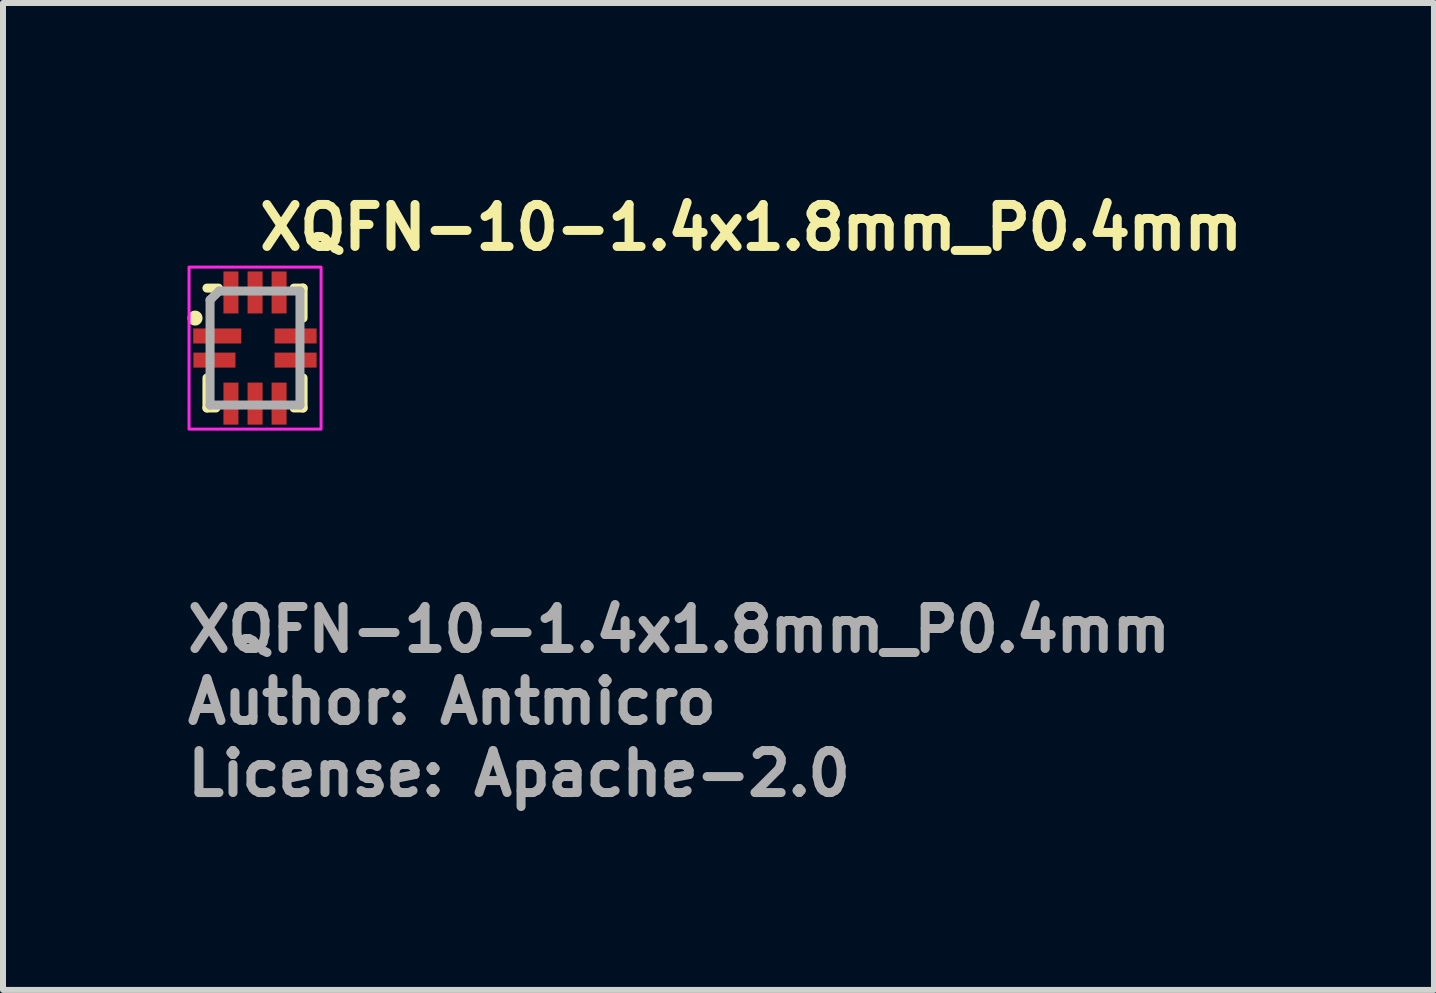
<source format=kicad_pcb>
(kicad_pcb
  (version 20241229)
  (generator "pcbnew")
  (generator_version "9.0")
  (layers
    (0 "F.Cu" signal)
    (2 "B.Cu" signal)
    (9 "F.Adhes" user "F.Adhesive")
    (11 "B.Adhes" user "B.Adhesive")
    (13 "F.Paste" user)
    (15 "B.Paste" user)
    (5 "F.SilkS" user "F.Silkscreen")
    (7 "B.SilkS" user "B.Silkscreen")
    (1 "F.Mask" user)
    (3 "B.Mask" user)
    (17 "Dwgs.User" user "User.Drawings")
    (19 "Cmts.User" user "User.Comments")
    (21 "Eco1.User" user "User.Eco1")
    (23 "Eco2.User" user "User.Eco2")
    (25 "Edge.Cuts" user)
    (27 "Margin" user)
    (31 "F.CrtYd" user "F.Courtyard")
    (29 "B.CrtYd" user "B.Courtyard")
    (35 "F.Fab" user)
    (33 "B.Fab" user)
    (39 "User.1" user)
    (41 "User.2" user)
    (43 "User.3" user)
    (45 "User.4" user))
  (footprint "XQFN-10-1.4x1.8mm_P0.4mm"
    (layer "F.Cu")
    (at 1.2 2.75)
    (property "Reference" "XQFN-10-1.4x1.8mm_P0.4mm" (at 0 -1.6 0) (layer "F.SilkS") (effects (font (size 0.7 0.7) (thickness 0.15)) (justify left bottom)))
    (attr smd)
    (fp_line (start -0.802 -1) (end -0.61 -1) (stroke (width 0.15) (type solid)) (layer "F.SilkS"))
    (fp_line (start -0.802 0.998) (end -0.802 0.498) (stroke (width 0.15) (type solid)) (layer "F.SilkS"))
    (fp_line (start -0.802 0.998) (end -0.652 0.998) (stroke (width 0.15) (type solid)) (layer "F.SilkS"))
    (fp_line (start 0.8 -1) (end 0.65 -1) (stroke (width 0.15) (type solid)) (layer "F.SilkS"))
    (fp_line (start 0.8 -1) (end 0.8 -0.5) (stroke (width 0.15) (type solid)) (layer "F.SilkS"))
    (fp_line (start 0.8 0.498) (end 0.8 0.998) (stroke (width 0.15) (type solid)) (layer "F.SilkS"))
    (fp_line (start 0.8 0.998) (end 0.65 0.998) (stroke (width 0.15) (type solid)) (layer "F.SilkS"))
    (fp_circle (center -1 -0.5) (end -0.95 -0.5) (stroke (width 0.15) (type solid)) (fill yes) (layer "F.SilkS"))
    (fp_rect (start -1.1 -1.35) (end 1.1 1.35) (stroke (width 0.05) (type solid)) (fill no) (layer "F.CrtYd"))
    (fp_line (start -0.75 0.949) (end -0.75 -0.802) (stroke (width 0.15) (type solid)) (layer "F.Fab"))
    (fp_line (start -0.75 0.949) (end 0.748 0.949) (stroke (width 0.15) (type solid)) (layer "F.Fab"))
    (fp_line (start -0.6 -0.951) (end -0.75 -0.802) (stroke (width 0.15) (type solid)) (layer "F.Fab"))
    (fp_line (start 0.748 -0.951) (end -0.6 -0.951) (stroke (width 0.15) (type solid)) (layer "F.Fab"))
    (fp_line (start 0.748 -0.951) (end 0.748 0.949) (stroke (width 0.15) (type solid)) (layer "F.Fab"))
    (fp_rect (start -0.71 -0.912) (end 0.708 0.91) (stroke (width 0.1) (type solid)) (fill no) (layer "User.5"))
    (fp_line (start -0.708 -0.1) (end -0.708 -0.298) (stroke (width 0.02) (type solid)) (layer "User.9"))
    (fp_line (start -0.708 0.3) (end -0.708 0.102) (stroke (width 0.02) (type solid)) (layer "User.9"))
    (fp_line (start -0.699 -0.893) (end -0.699 -0.892) (stroke (width 0.02) (type solid)) (layer "User.9"))
    (fp_line (start -0.699 -0.892) (end -0.699 -0.892) (stroke (width 0.02) (type solid)) (layer "User.9"))
    (fp_line (start -0.699 -0.892) (end -0.699 -0.891) (stroke (width 0.02) (type solid)) (layer "User.9"))
    (fp_line (start -0.699 -0.891) (end -0.699 -0.891) (stroke (width 0.02) (type solid)) (layer "User.9"))
    (fp_line (start -0.699 -0.891) (end -0.699 -0.891) (stroke (width 0.02) (type solid)) (layer "User.9"))
    (fp_line (start -0.699 -0.891) (end -0.699 -0.89) (stroke (width 0.02) (type solid)) (layer "User.9"))
    (fp_line (start -0.699 -0.89) (end -0.699 -0.89) (stroke (width 0.02) (type solid)) (layer "User.9"))
    (fp_line (start -0.699 -0.89) (end -0.699 -0.889) (stroke (width 0.02) (type solid)) (layer "User.9"))
    (fp_line (start -0.699 -0.889) (end -0.699 -0.888) (stroke (width 0.02) (type solid)) (layer "User.9"))
    (fp_line (start -0.699 -0.888) (end -0.699 -0.888) (stroke (width 0.02) (type solid)) (layer "User.9"))
    (fp_line (start -0.699 -0.888) (end -0.699 -0.888) (stroke (width 0.02) (type solid)) (layer "User.9"))
    (fp_line (start -0.699 -0.888) (end -0.699 -0.888) (stroke (width 0.02) (type solid)) (layer "User.9"))
    (fp_line (start -0.699 -0.888) (end -0.699 -0.887) (stroke (width 0.02) (type solid)) (layer "User.9"))
    (fp_line (start -0.699 -0.888) (end -0.699 -0.409) (stroke (width 0.02) (type solid)) (layer "User.9"))
    (fp_line (start -0.699 -0.887) (end -0.699 -0.887) (stroke (width 0.02) (type solid)) (layer "User.9"))
    (fp_line (start -0.699 -0.887) (end -0.699 -0.886) (stroke (width 0.02) (type solid)) (layer "User.9"))
    (fp_line (start -0.699 -0.886) (end -0.699 -0.886) (stroke (width 0.02) (type solid)) (layer "User.9"))
    (fp_line (start -0.699 -0.886) (end -0.699 -0.886) (stroke (width 0.02) (type solid)) (layer "User.9"))
    (fp_line (start -0.699 -0.886) (end -0.699 -0.885) (stroke (width 0.02) (type solid)) (layer "User.9"))
    (fp_line (start -0.699 -0.885) (end -0.699 -0.885) (stroke (width 0.02) (type solid)) (layer "User.9"))
    (fp_line (start -0.699 -0.885) (end -0.699 -0.884) (stroke (width 0.02) (type solid)) (layer "User.9"))
    (fp_line (start -0.699 -0.884) (end -0.698 -0.884) (stroke (width 0.02) (type solid)) (layer "User.9"))
    (fp_line (start -0.699 -0.409) (end -0.699 -0.39) (stroke (width 0.02) (type solid)) (layer "User.9"))
    (fp_line (start -0.699 -0.394) (end -0.699 -0.393) (stroke (width 0.02) (type solid)) (layer "User.9"))
    (fp_line (start -0.699 -0.393) (end -0.699 -0.393) (stroke (width 0.02) (type solid)) (layer "User.9"))
    (fp_line (start -0.699 -0.393) (end -0.699 -0.392) (stroke (width 0.02) (type solid)) (layer "User.9"))
    (fp_line (start -0.699 -0.392) (end -0.699 -0.392) (stroke (width 0.02) (type solid)) (layer "User.9"))
    (fp_line (start -0.699 -0.392) (end -0.699 -0.392) (stroke (width 0.02) (type solid)) (layer "User.9"))
    (fp_line (start -0.699 -0.392) (end -0.699 -0.391) (stroke (width 0.02) (type solid)) (layer "User.9"))
    (fp_line (start -0.699 -0.391) (end -0.699 -0.391) (stroke (width 0.02) (type solid)) (layer "User.9"))
    (fp_line (start -0.699 -0.391) (end -0.699 -0.39) (stroke (width 0.02) (type solid)) (layer "User.9"))
    (fp_line (start -0.699 -0.39) (end -0.699 -0.409) (stroke (width 0.02) (type solid)) (layer "User.9"))
    (fp_line (start -0.699 -0.39) (end -0.699 -0.39) (stroke (width 0.02) (type solid)) (layer "User.9"))
    (fp_line (start -0.699 -0.39) (end -0.699 -0.39) (stroke (width 0.02) (type solid)) (layer "User.9"))
    (fp_line (start -0.699 -0.39) (end -0.699 -0.39) (stroke (width 0.02) (type solid)) (layer "User.9"))
    (fp_line (start -0.699 -0.39) (end -0.699 -0.389) (stroke (width 0.02) (type solid)) (layer "User.9"))
    (fp_line (start -0.699 -0.39) (end -0.699 0.89) (stroke (width 0.02) (type solid)) (layer "User.9"))
    (fp_line (start -0.699 -0.389) (end -0.699 -0.388) (stroke (width 0.02) (type solid)) (layer "User.9"))
    (fp_line (start -0.699 -0.388) (end -0.699 -0.388) (stroke (width 0.02) (type solid)) (layer "User.9"))
    (fp_line (start -0.699 -0.388) (end -0.699 -0.387) (stroke (width 0.02) (type solid)) (layer "User.9"))
    (fp_line (start -0.699 -0.387) (end -0.699 -0.387) (stroke (width 0.02) (type solid)) (layer "User.9"))
    (fp_line (start -0.699 -0.387) (end -0.699 -0.387) (stroke (width 0.02) (type solid)) (layer "User.9"))
    (fp_line (start -0.699 -0.387) (end -0.699 -0.386) (stroke (width 0.02) (type solid)) (layer "User.9"))
    (fp_line (start -0.699 -0.386) (end -0.699 -0.386) (stroke (width 0.02) (type solid)) (layer "User.9"))
    (fp_line (start -0.699 -0.386) (end -0.699 -0.385) (stroke (width 0.02) (type solid)) (layer "User.9"))
    (fp_line (start -0.699 -0.385) (end -0.698 -0.385) (stroke (width 0.02) (type solid)) (layer "User.9"))
    (fp_line (start -0.699 -0.298) (end -0.708 -0.298) (stroke (width 0.02) (type solid)) (layer "User.9"))
    (fp_line (start -0.699 -0.1) (end -0.708 -0.1) (stroke (width 0.02) (type solid)) (layer "User.9"))
    (fp_line (start -0.699 0.102) (end -0.708 0.102) (stroke (width 0.02) (type solid)) (layer "User.9"))
    (fp_line (start -0.699 0.3) (end -0.708 0.3) (stroke (width 0.02) (type solid)) (layer "User.9"))
    (fp_line (start -0.699 0.886) (end -0.699 0.887) (stroke (width 0.02) (type solid)) (layer "User.9"))
    (fp_line (start -0.699 0.887) (end -0.699 0.887) (stroke (width 0.02) (type solid)) (layer "User.9"))
    (fp_line (start -0.699 0.887) (end -0.699 0.888) (stroke (width 0.02) (type solid)) (layer "User.9"))
    (fp_line (start -0.699 0.888) (end -0.699 0.888) (stroke (width 0.02) (type solid)) (layer "User.9"))
    (fp_line (start -0.699 0.888) (end -0.699 0.888) (stroke (width 0.02) (type solid)) (layer "User.9"))
    (fp_line (start -0.699 0.888) (end -0.699 0.889) (stroke (width 0.02) (type solid)) (layer "User.9"))
    (fp_line (start -0.699 0.889) (end -0.699 0.889) (stroke (width 0.02) (type solid)) (layer "User.9"))
    (fp_line (start -0.699 0.889) (end -0.699 0.89) (stroke (width 0.02) (type solid)) (layer "User.9"))
    (fp_line (start -0.699 0.89) (end -0.699 0.89) (stroke (width 0.02) (type solid)) (layer "User.9"))
    (fp_line (start -0.699 0.89) (end -0.699 0.89) (stroke (width 0.02) (type solid)) (layer "User.9"))
    (fp_line (start -0.699 0.89) (end -0.699 0.89) (stroke (width 0.02) (type solid)) (layer "User.9"))
    (fp_line (start -0.699 0.89) (end -0.699 0.891) (stroke (width 0.02) (type solid)) (layer "User.9"))
    (fp_line (start -0.699 0.891) (end -0.699 0.892) (stroke (width 0.02) (type solid)) (layer "User.9"))
    (fp_line (start -0.699 0.892) (end -0.699 0.892) (stroke (width 0.02) (type solid)) (layer "User.9"))
    (fp_line (start -0.699 0.892) (end -0.699 0.893) (stroke (width 0.02) (type solid)) (layer "User.9"))
    (fp_line (start -0.699 0.893) (end -0.699 0.893) (stroke (width 0.02) (type solid)) (layer "User.9"))
    (fp_line (start -0.699 0.893) (end -0.699 0.893) (stroke (width 0.02) (type solid)) (layer "User.9"))
    (fp_line (start -0.699 0.893) (end -0.699 0.894) (stroke (width 0.02) (type solid)) (layer "User.9"))
    (fp_line (start -0.699 0.894) (end -0.699 0.894) (stroke (width 0.02) (type solid)) (layer "User.9"))
    (fp_line (start -0.699 0.894) (end -0.699 0.895) (stroke (width 0.02) (type solid)) (layer "User.9"))
    (fp_line (start -0.699 0.895) (end -0.698 0.895) (stroke (width 0.02) (type solid)) (layer "User.9"))
    (fp_line (start -0.698 -0.894) (end -0.698 -0.894) (stroke (width 0.02) (type solid)) (layer "User.9"))
    (fp_line (start -0.698 -0.894) (end -0.698 -0.894) (stroke (width 0.02) (type solid)) (layer "User.9"))
    (fp_line (start -0.698 -0.894) (end -0.698 -0.893) (stroke (width 0.02) (type solid)) (layer "User.9"))
    (fp_line (start -0.698 -0.893) (end -0.699 -0.893) (stroke (width 0.02) (type solid)) (layer "User.9"))
    (fp_line (start -0.698 -0.884) (end -0.698 -0.883) (stroke (width 0.02) (type solid)) (layer "User.9"))
    (fp_line (start -0.698 -0.883) (end -0.698 -0.883) (stroke (width 0.02) (type solid)) (layer "User.9"))
    (fp_line (start -0.698 -0.883) (end -0.698 -0.883) (stroke (width 0.02) (type solid)) (layer "User.9"))
    (fp_line (start -0.698 -0.883) (end -0.697 -0.882) (stroke (width 0.02) (type solid)) (layer "User.9"))
    (fp_line (start -0.698 -0.395) (end -0.698 -0.395) (stroke (width 0.02) (type solid)) (layer "User.9"))
    (fp_line (start -0.698 -0.395) (end -0.698 -0.395) (stroke (width 0.02) (type solid)) (layer "User.9"))
    (fp_line (start -0.698 -0.395) (end -0.698 -0.394) (stroke (width 0.02) (type solid)) (layer "User.9"))
    (fp_line (start -0.698 -0.394) (end -0.699 -0.394) (stroke (width 0.02) (type solid)) (layer "User.9"))
    (fp_line (start -0.698 -0.385) (end -0.698 -0.384) (stroke (width 0.02) (type solid)) (layer "User.9"))
    (fp_line (start -0.698 -0.384) (end -0.698 -0.384) (stroke (width 0.02) (type solid)) (layer "User.9"))
    (fp_line (start -0.698 -0.384) (end -0.698 -0.384) (stroke (width 0.02) (type solid)) (layer "User.9"))
    (fp_line (start -0.698 -0.384) (end -0.697 -0.382) (stroke (width 0.02) (type solid)) (layer "User.9"))
    (fp_line (start -0.698 0.885) (end -0.698 0.885) (stroke (width 0.02) (type solid)) (layer "User.9"))
    (fp_line (start -0.698 0.885) (end -0.698 0.885) (stroke (width 0.02) (type solid)) (layer "User.9"))
    (fp_line (start -0.698 0.885) (end -0.698 0.886) (stroke (width 0.02) (type solid)) (layer "User.9"))
    (fp_line (start -0.698 0.886) (end -0.699 0.886) (stroke (width 0.02) (type solid)) (layer "User.9"))
    (fp_line (start -0.698 0.895) (end -0.698 0.896) (stroke (width 0.02) (type solid)) (layer "User.9"))
    (fp_line (start -0.698 0.896) (end -0.698 0.896) (stroke (width 0.02) (type solid)) (layer "User.9"))
    (fp_line (start -0.698 0.896) (end -0.698 0.896) (stroke (width 0.02) (type solid)) (layer "User.9"))
    (fp_line (start -0.698 0.896) (end -0.697 0.898) (stroke (width 0.02) (type solid)) (layer "User.9"))
    (fp_line (start -0.697 -0.897) (end -0.697 -0.896) (stroke (width 0.02) (type solid)) (layer "User.9"))
    (fp_line (start -0.697 -0.896) (end -0.698 -0.894) (stroke (width 0.02) (type solid)) (layer "User.9"))
    (fp_line (start -0.697 -0.896) (end -0.697 -0.896) (stroke (width 0.02) (type solid)) (layer "User.9"))
    (fp_line (start -0.697 -0.882) (end -0.697 -0.882) (stroke (width 0.02) (type solid)) (layer "User.9"))
    (fp_line (start -0.697 -0.882) (end -0.697 -0.881) (stroke (width 0.02) (type solid)) (layer "User.9"))
    (fp_line (start -0.697 -0.881) (end -0.696 -0.881) (stroke (width 0.02) (type solid)) (layer "User.9"))
    (fp_line (start -0.697 -0.397) (end -0.697 -0.396) (stroke (width 0.02) (type solid)) (layer "User.9"))
    (fp_line (start -0.697 -0.396) (end -0.698 -0.395) (stroke (width 0.02) (type solid)) (layer "User.9"))
    (fp_line (start -0.697 -0.396) (end -0.697 -0.396) (stroke (width 0.02) (type solid)) (layer "User.9"))
    (fp_line (start -0.697 -0.382) (end -0.697 -0.382) (stroke (width 0.02) (type solid)) (layer "User.9"))
    (fp_line (start -0.697 -0.382) (end -0.697 -0.381) (stroke (width 0.02) (type solid)) (layer "User.9"))
    (fp_line (start -0.697 -0.381) (end -0.696 -0.381) (stroke (width 0.02) (type solid)) (layer "User.9"))
    (fp_line (start -0.697 0.883) (end -0.697 0.884) (stroke (width 0.02) (type solid)) (layer "User.9"))
    (fp_line (start -0.697 0.884) (end -0.698 0.885) (stroke (width 0.02) (type solid)) (layer "User.9"))
    (fp_line (start -0.697 0.884) (end -0.697 0.884) (stroke (width 0.02) (type solid)) (layer "User.9"))
    (fp_line (start -0.697 0.898) (end -0.697 0.898) (stroke (width 0.02) (type solid)) (layer "User.9"))
    (fp_line (start -0.697 0.898) (end -0.697 0.899) (stroke (width 0.02) (type solid)) (layer "User.9"))
    (fp_line (start -0.697 0.899) (end -0.696 0.899) (stroke (width 0.02) (type solid)) (layer "User.9"))
    (fp_line (start -0.696 -0.897) (end -0.697 -0.897) (stroke (width 0.02) (type solid)) (layer "User.9"))
    (fp_line (start -0.696 -0.897) (end -0.696 -0.897) (stroke (width 0.02) (type solid)) (layer "User.9"))
    (fp_line (start -0.696 -0.881) (end -0.696 -0.881) (stroke (width 0.02) (type solid)) (layer "User.9"))
    (fp_line (start -0.696 -0.881) (end -0.695 -0.88) (stroke (width 0.02) (type solid)) (layer "User.9"))
    (fp_line (start -0.696 -0.397) (end -0.697 -0.397) (stroke (width 0.02) (type solid)) (layer "User.9"))
    (fp_line (start -0.696 -0.397) (end -0.696 -0.397) (stroke (width 0.02) (type solid)) (layer "User.9"))
    (fp_line (start -0.696 -0.381) (end -0.696 -0.381) (stroke (width 0.02) (type solid)) (layer "User.9"))
    (fp_line (start -0.696 -0.381) (end -0.695 -0.38) (stroke (width 0.02) (type solid)) (layer "User.9"))
    (fp_line (start -0.696 0.883) (end -0.697 0.883) (stroke (width 0.02) (type solid)) (layer "User.9"))
    (fp_line (start -0.696 0.883) (end -0.696 0.883) (stroke (width 0.02) (type solid)) (layer "User.9"))
    (fp_line (start -0.696 0.899) (end -0.696 0.899) (stroke (width 0.02) (type solid)) (layer "User.9"))
    (fp_line (start -0.696 0.899) (end -0.695 0.9) (stroke (width 0.02) (type solid)) (layer "User.9"))
    (fp_line (start -0.695 -0.898) (end -0.696 -0.897) (stroke (width 0.02) (type solid)) (layer "User.9"))
    (fp_line (start -0.695 -0.898) (end -0.695 -0.898) (stroke (width 0.02) (type solid)) (layer "User.9"))
    (fp_line (start -0.695 -0.898) (end -0.695 -0.898) (stroke (width 0.02) (type solid)) (layer "User.9"))
    (fp_line (start -0.695 -0.88) (end -0.695 -0.88) (stroke (width 0.02) (type solid)) (layer "User.9"))
    (fp_line (start -0.695 -0.88) (end -0.695 -0.88) (stroke (width 0.02) (type solid)) (layer "User.9"))
    (fp_line (start -0.695 -0.88) (end -0.694 -0.88) (stroke (width 0.02) (type solid)) (layer "User.9"))
    (fp_line (start -0.695 -0.398) (end -0.696 -0.397) (stroke (width 0.02) (type solid)) (layer "User.9"))
    (fp_line (start -0.695 -0.398) (end -0.695 -0.398) (stroke (width 0.02) (type solid)) (layer "User.9"))
    (fp_line (start -0.695 -0.398) (end -0.695 -0.398) (stroke (width 0.02) (type solid)) (layer "User.9"))
    (fp_line (start -0.695 -0.38) (end -0.695 -0.38) (stroke (width 0.02) (type solid)) (layer "User.9"))
    (fp_line (start -0.695 -0.38) (end -0.695 -0.38) (stroke (width 0.02) (type solid)) (layer "User.9"))
    (fp_line (start -0.695 -0.38) (end -0.694 -0.38) (stroke (width 0.02) (type solid)) (layer "User.9"))
    (fp_line (start -0.695 0.882) (end -0.696 0.883) (stroke (width 0.02) (type solid)) (layer "User.9"))
    (fp_line (start -0.695 0.882) (end -0.695 0.882) (stroke (width 0.02) (type solid)) (layer "User.9"))
    (fp_line (start -0.695 0.882) (end -0.695 0.882) (stroke (width 0.02) (type solid)) (layer "User.9"))
    (fp_line (start -0.695 0.9) (end -0.695 0.9) (stroke (width 0.02) (type solid)) (layer "User.9"))
    (fp_line (start -0.695 0.9) (end -0.695 0.9) (stroke (width 0.02) (type solid)) (layer "User.9"))
    (fp_line (start -0.695 0.9) (end -0.694 0.9) (stroke (width 0.02) (type solid)) (layer "User.9"))
    (fp_line (start -0.694 -0.899) (end -0.694 -0.898) (stroke (width 0.02) (type solid)) (layer "User.9"))
    (fp_line (start -0.694 -0.898) (end -0.695 -0.898) (stroke (width 0.02) (type solid)) (layer "User.9"))
    (fp_line (start -0.694 -0.88) (end -0.694 -0.879) (stroke (width 0.02) (type solid)) (layer "User.9"))
    (fp_line (start -0.694 -0.879) (end -0.693 -0.879) (stroke (width 0.02) (type solid)) (layer "User.9"))
    (fp_line (start -0.694 -0.399) (end -0.694 -0.398) (stroke (width 0.02) (type solid)) (layer "User.9"))
    (fp_line (start -0.694 -0.398) (end -0.695 -0.398) (stroke (width 0.02) (type solid)) (layer "User.9"))
    (fp_line (start -0.694 -0.38) (end -0.694 -0.379) (stroke (width 0.02) (type solid)) (layer "User.9"))
    (fp_line (start -0.694 -0.379) (end -0.693 -0.379) (stroke (width 0.02) (type solid)) (layer "User.9"))
    (fp_line (start -0.694 0.881) (end -0.694 0.882) (stroke (width 0.02) (type solid)) (layer "User.9"))
    (fp_line (start -0.694 0.882) (end -0.695 0.882) (stroke (width 0.02) (type solid)) (layer "User.9"))
    (fp_line (start -0.694 0.9) (end -0.694 0.901) (stroke (width 0.02) (type solid)) (layer "User.9"))
    (fp_line (start -0.694 0.901) (end -0.693 0.901) (stroke (width 0.02) (type solid)) (layer "User.9"))
    (fp_line (start -0.693 -0.899) (end -0.694 -0.899) (stroke (width 0.02) (type solid)) (layer "User.9"))
    (fp_line (start -0.693 -0.899) (end -0.693 -0.899) (stroke (width 0.02) (type solid)) (layer "User.9"))
    (fp_line (start -0.693 -0.879) (end -0.693 -0.879) (stroke (width 0.02) (type solid)) (layer "User.9"))
    (fp_line (start -0.693 -0.879) (end -0.692 -0.879) (stroke (width 0.02) (type solid)) (layer "User.9"))
    (fp_line (start -0.693 -0.399) (end -0.694 -0.399) (stroke (width 0.02) (type solid)) (layer "User.9"))
    (fp_line (start -0.693 -0.399) (end -0.693 -0.399) (stroke (width 0.02) (type solid)) (layer "User.9"))
    (fp_line (start -0.693 -0.379) (end -0.693 -0.379) (stroke (width 0.02) (type solid)) (layer "User.9"))
    (fp_line (start -0.693 -0.379) (end -0.692 -0.379) (stroke (width 0.02) (type solid)) (layer "User.9"))
    (fp_line (start -0.693 0.881) (end -0.694 0.881) (stroke (width 0.02) (type solid)) (layer "User.9"))
    (fp_line (start -0.693 0.881) (end -0.693 0.881) (stroke (width 0.02) (type solid)) (layer "User.9"))
    (fp_line (start -0.693 0.901) (end -0.693 0.901) (stroke (width 0.02) (type solid)) (layer "User.9"))
    (fp_line (start -0.693 0.901) (end -0.692 0.901) (stroke (width 0.02) (type solid)) (layer "User.9"))
    (fp_line (start -0.692 -0.899) (end -0.693 -0.899) (stroke (width 0.02) (type solid)) (layer "User.9"))
    (fp_line (start -0.692 -0.899) (end -0.692 -0.899) (stroke (width 0.02) (type solid)) (layer "User.9"))
    (fp_line (start -0.692 -0.899) (end -0.692 -0.899) (stroke (width 0.02) (type solid)) (layer "User.9"))
    (fp_line (start -0.692 -0.879) (end -0.692 -0.879) (stroke (width 0.02) (type solid)) (layer "User.9"))
    (fp_line (start -0.692 -0.879) (end -0.692 -0.879) (stroke (width 0.02) (type solid)) (layer "User.9"))
    (fp_line (start -0.692 -0.879) (end -0.691 -0.879) (stroke (width 0.02) (type solid)) (layer "User.9"))
    (fp_line (start -0.692 -0.399) (end -0.693 -0.399) (stroke (width 0.02) (type solid)) (layer "User.9"))
    (fp_line (start -0.692 -0.399) (end -0.692 -0.399) (stroke (width 0.02) (type solid)) (layer "User.9"))
    (fp_line (start -0.692 -0.399) (end -0.692 -0.399) (stroke (width 0.02) (type solid)) (layer "User.9"))
    (fp_line (start -0.692 -0.379) (end -0.692 -0.379) (stroke (width 0.02) (type solid)) (layer "User.9"))
    (fp_line (start -0.692 -0.379) (end -0.692 -0.379) (stroke (width 0.02) (type solid)) (layer "User.9"))
    (fp_line (start -0.692 -0.379) (end -0.691 -0.379) (stroke (width 0.02) (type solid)) (layer "User.9"))
    (fp_line (start -0.692 0.881) (end -0.693 0.881) (stroke (width 0.02) (type solid)) (layer "User.9"))
    (fp_line (start -0.692 0.881) (end -0.692 0.881) (stroke (width 0.02) (type solid)) (layer "User.9"))
    (fp_line (start -0.692 0.881) (end -0.692 0.881) (stroke (width 0.02) (type solid)) (layer "User.9"))
    (fp_line (start -0.692 0.901) (end -0.692 0.901) (stroke (width 0.02) (type solid)) (layer "User.9"))
    (fp_line (start -0.692 0.901) (end -0.692 0.901) (stroke (width 0.02) (type solid)) (layer "User.9"))
    (fp_line (start -0.692 0.901) (end -0.691 0.901) (stroke (width 0.02) (type solid)) (layer "User.9"))
    (fp_line (start -0.691 -0.899) (end -0.692 -0.899) (stroke (width 0.02) (type solid)) (layer "User.9"))
    (fp_line (start -0.691 -0.899) (end -0.691 -0.899) (stroke (width 0.02) (type solid)) (layer "User.9"))
    (fp_line (start -0.691 -0.879) (end -0.691 -0.879) (stroke (width 0.02) (type solid)) (layer "User.9"))
    (fp_line (start -0.691 -0.879) (end -0.69 -0.879) (stroke (width 0.02) (type solid)) (layer "User.9"))
    (fp_line (start -0.691 -0.399) (end -0.692 -0.399) (stroke (width 0.02) (type solid)) (layer "User.9"))
    (fp_line (start -0.691 -0.399) (end -0.691 -0.399) (stroke (width 0.02) (type solid)) (layer "User.9"))
    (fp_line (start -0.691 -0.379) (end -0.691 -0.379) (stroke (width 0.02) (type solid)) (layer "User.9"))
    (fp_line (start -0.691 -0.379) (end -0.69 -0.379) (stroke (width 0.02) (type solid)) (layer "User.9"))
    (fp_line (start -0.691 0.881) (end -0.692 0.881) (stroke (width 0.02) (type solid)) (layer "User.9"))
    (fp_line (start -0.691 0.881) (end -0.691 0.881) (stroke (width 0.02) (type solid)) (layer "User.9"))
    (fp_line (start -0.691 0.901) (end -0.691 0.901) (stroke (width 0.02) (type solid)) (layer "User.9"))
    (fp_line (start -0.691 0.901) (end -0.69 0.901) (stroke (width 0.02) (type solid)) (layer "User.9"))
    (fp_line (start -0.69 -0.899) (end -0.691 -0.899) (stroke (width 0.02) (type solid)) (layer "User.9"))
    (fp_line (start -0.69 -0.879) (end -0.689 -0.878) (stroke (width 0.02) (type solid)) (layer "User.9"))
    (fp_line (start -0.69 -0.399) (end -0.691 -0.399) (stroke (width 0.02) (type solid)) (layer "User.9"))
    (fp_line (start -0.69 -0.379) (end -0.689 -0.378) (stroke (width 0.02) (type solid)) (layer "User.9"))
    (fp_line (start -0.69 0.881) (end -0.691 0.881) (stroke (width 0.02) (type solid)) (layer "User.9"))
    (fp_line (start -0.69 0.901) (end -0.689 0.902) (stroke (width 0.02) (type solid)) (layer "User.9"))
    (fp_line (start -0.689 -0.9) (end -0.69 -0.899) (stroke (width 0.02) (type solid)) (layer "User.9"))
    (fp_line (start -0.689 -0.9) (end -0.689 -0.9) (stroke (width 0.02) (type solid)) (layer "User.9"))
    (fp_line (start -0.689 -0.899) (end -0.689 -0.9) (stroke (width 0.02) (type solid)) (layer "User.9"))
    (fp_line (start -0.689 -0.879) (end -0.688 -0.879) (stroke (width 0.02) (type solid)) (layer "User.9"))
    (fp_line (start -0.689 -0.878) (end -0.689 -0.879) (stroke (width 0.02) (type solid)) (layer "User.9"))
    (fp_line (start -0.689 -0.878) (end -0.689 -0.878) (stroke (width 0.02) (type solid)) (layer "User.9"))
    (fp_line (start -0.689 -0.4) (end -0.69 -0.399) (stroke (width 0.02) (type solid)) (layer "User.9"))
    (fp_line (start -0.689 -0.4) (end -0.689 -0.4) (stroke (width 0.02) (type solid)) (layer "User.9"))
    (fp_line (start -0.689 -0.399) (end -0.689 -0.4) (stroke (width 0.02) (type solid)) (layer "User.9"))
    (fp_line (start -0.689 -0.379) (end -0.688 -0.379) (stroke (width 0.02) (type solid)) (layer "User.9"))
    (fp_line (start -0.689 -0.378) (end -0.689 -0.379) (stroke (width 0.02) (type solid)) (layer "User.9"))
    (fp_line (start -0.689 -0.378) (end -0.689 -0.378) (stroke (width 0.02) (type solid)) (layer "User.9"))
    (fp_line (start -0.689 0.88) (end -0.69 0.881) (stroke (width 0.02) (type solid)) (layer "User.9"))
    (fp_line (start -0.689 0.88) (end -0.689 0.88) (stroke (width 0.02) (type solid)) (layer "User.9"))
    (fp_line (start -0.689 0.881) (end -0.689 0.88) (stroke (width 0.02) (type solid)) (layer "User.9"))
    (fp_line (start -0.689 0.901) (end -0.688 0.901) (stroke (width 0.02) (type solid)) (layer "User.9"))
    (fp_line (start -0.689 0.902) (end -0.689 0.901) (stroke (width 0.02) (type solid)) (layer "User.9"))
    (fp_line (start -0.689 0.902) (end -0.689 0.902) (stroke (width 0.02) (type solid)) (layer "User.9"))
    (fp_line (start -0.689 0.902) (end 0.691 0.902) (stroke (width 0.02) (type solid)) (layer "User.9"))
    (fp_line (start -0.688 -0.899) (end -0.689 -0.899) (stroke (width 0.02) (type solid)) (layer "User.9"))
    (fp_line (start -0.688 -0.899) (end -0.688 -0.899) (stroke (width 0.02) (type solid)) (layer "User.9"))
    (fp_line (start -0.688 -0.879) (end -0.688 -0.879) (stroke (width 0.02) (type solid)) (layer "User.9"))
    (fp_line (start -0.688 -0.879) (end -0.687 -0.879) (stroke (width 0.02) (type solid)) (layer "User.9"))
    (fp_line (start -0.688 -0.399) (end -0.689 -0.399) (stroke (width 0.02) (type solid)) (layer "User.9"))
    (fp_line (start -0.688 -0.399) (end -0.688 -0.399) (stroke (width 0.02) (type solid)) (layer "User.9"))
    (fp_line (start -0.688 -0.379) (end -0.688 -0.379) (stroke (width 0.02) (type solid)) (layer "User.9"))
    (fp_line (start -0.688 -0.379) (end -0.687 -0.379) (stroke (width 0.02) (type solid)) (layer "User.9"))
    (fp_line (start -0.688 0.881) (end -0.689 0.881) (stroke (width 0.02) (type solid)) (layer "User.9"))
    (fp_line (start -0.688 0.881) (end -0.688 0.881) (stroke (width 0.02) (type solid)) (layer "User.9"))
    (fp_line (start -0.688 0.901) (end -0.688 0.901) (stroke (width 0.02) (type solid)) (layer "User.9"))
    (fp_line (start -0.688 0.901) (end -0.687 0.901) (stroke (width 0.02) (type solid)) (layer "User.9"))
    (fp_line (start -0.687 -0.899) (end -0.688 -0.899) (stroke (width 0.02) (type solid)) (layer "User.9"))
    (fp_line (start -0.687 -0.899) (end -0.687 -0.899) (stroke (width 0.02) (type solid)) (layer "User.9"))
    (fp_line (start -0.687 -0.899) (end -0.687 -0.899) (stroke (width 0.02) (type solid)) (layer "User.9"))
    (fp_line (start -0.687 -0.879) (end -0.687 -0.879) (stroke (width 0.02) (type solid)) (layer "User.9"))
    (fp_line (start -0.687 -0.879) (end -0.687 -0.879) (stroke (width 0.02) (type solid)) (layer "User.9"))
    (fp_line (start -0.687 -0.879) (end -0.686 -0.879) (stroke (width 0.02) (type solid)) (layer "User.9"))
    (fp_line (start -0.687 -0.399) (end -0.688 -0.399) (stroke (width 0.02) (type solid)) (layer "User.9"))
    (fp_line (start -0.687 -0.399) (end -0.687 -0.399) (stroke (width 0.02) (type solid)) (layer "User.9"))
    (fp_line (start -0.687 -0.399) (end -0.687 -0.399) (stroke (width 0.02) (type solid)) (layer "User.9"))
    (fp_line (start -0.687 -0.379) (end -0.687 -0.379) (stroke (width 0.02) (type solid)) (layer "User.9"))
    (fp_line (start -0.687 -0.379) (end -0.687 -0.379) (stroke (width 0.02) (type solid)) (layer "User.9"))
    (fp_line (start -0.687 -0.379) (end -0.686 -0.379) (stroke (width 0.02) (type solid)) (layer "User.9"))
    (fp_line (start -0.687 0.881) (end -0.688 0.881) (stroke (width 0.02) (type solid)) (layer "User.9"))
    (fp_line (start -0.687 0.881) (end -0.687 0.881) (stroke (width 0.02) (type solid)) (layer "User.9"))
    (fp_line (start -0.687 0.881) (end -0.687 0.881) (stroke (width 0.02) (type solid)) (layer "User.9"))
    (fp_line (start -0.687 0.901) (end -0.687 0.901) (stroke (width 0.02) (type solid)) (layer "User.9"))
    (fp_line (start -0.687 0.901) (end -0.687 0.901) (stroke (width 0.02) (type solid)) (layer "User.9"))
    (fp_line (start -0.687 0.901) (end -0.686 0.901) (stroke (width 0.02) (type solid)) (layer "User.9"))
    (fp_line (start -0.686 -0.899) (end -0.687 -0.899) (stroke (width 0.02) (type solid)) (layer "User.9"))
    (fp_line (start -0.686 -0.899) (end -0.686 -0.899) (stroke (width 0.02) (type solid)) (layer "User.9"))
    (fp_line (start -0.686 -0.879) (end -0.686 -0.879) (stroke (width 0.02) (type solid)) (layer "User.9"))
    (fp_line (start -0.686 -0.879) (end -0.685 -0.879) (stroke (width 0.02) (type solid)) (layer "User.9"))
    (fp_line (start -0.686 -0.399) (end -0.687 -0.399) (stroke (width 0.02) (type solid)) (layer "User.9"))
    (fp_line (start -0.686 -0.399) (end -0.686 -0.399) (stroke (width 0.02) (type solid)) (layer "User.9"))
    (fp_line (start -0.686 -0.379) (end -0.686 -0.379) (stroke (width 0.02) (type solid)) (layer "User.9"))
    (fp_line (start -0.686 -0.379) (end -0.685 -0.379) (stroke (width 0.02) (type solid)) (layer "User.9"))
    (fp_line (start -0.686 0.881) (end -0.687 0.881) (stroke (width 0.02) (type solid)) (layer "User.9"))
    (fp_line (start -0.686 0.881) (end -0.686 0.881) (stroke (width 0.02) (type solid)) (layer "User.9"))
    (fp_line (start -0.686 0.901) (end -0.686 0.901) (stroke (width 0.02) (type solid)) (layer "User.9"))
    (fp_line (start -0.686 0.901) (end -0.685 0.901) (stroke (width 0.02) (type solid)) (layer "User.9"))
    (fp_line (start -0.685 -0.899) (end -0.686 -0.899) (stroke (width 0.02) (type solid)) (layer "User.9"))
    (fp_line (start -0.685 -0.898) (end -0.685 -0.899) (stroke (width 0.02) (type solid)) (layer "User.9"))
    (fp_line (start -0.685 -0.88) (end -0.684 -0.88) (stroke (width 0.02) (type solid)) (layer "User.9"))
    (fp_line (start -0.685 -0.879) (end -0.685 -0.88) (stroke (width 0.02) (type solid)) (layer "User.9"))
    (fp_line (start -0.685 -0.399) (end -0.686 -0.399) (stroke (width 0.02) (type solid)) (layer "User.9"))
    (fp_line (start -0.685 -0.398) (end -0.685 -0.399) (stroke (width 0.02) (type solid)) (layer "User.9"))
    (fp_line (start -0.685 -0.38) (end -0.684 -0.38) (stroke (width 0.02) (type solid)) (layer "User.9"))
    (fp_line (start -0.685 -0.379) (end -0.685 -0.38) (stroke (width 0.02) (type solid)) (layer "User.9"))
    (fp_line (start -0.685 0.881) (end -0.686 0.881) (stroke (width 0.02) (type solid)) (layer "User.9"))
    (fp_line (start -0.685 0.882) (end -0.685 0.881) (stroke (width 0.02) (type solid)) (layer "User.9"))
    (fp_line (start -0.685 0.9) (end -0.684 0.9) (stroke (width 0.02) (type solid)) (layer "User.9"))
    (fp_line (start -0.685 0.901) (end -0.685 0.9) (stroke (width 0.02) (type solid)) (layer "User.9"))
    (fp_line (start -0.684 -0.898) (end -0.685 -0.898) (stroke (width 0.02) (type solid)) (layer "User.9"))
    (fp_line (start -0.684 -0.898) (end -0.684 -0.898) (stroke (width 0.02) (type solid)) (layer "User.9"))
    (fp_line (start -0.684 -0.898) (end -0.684 -0.898) (stroke (width 0.02) (type solid)) (layer "User.9"))
    (fp_line (start -0.684 -0.88) (end -0.684 -0.88) (stroke (width 0.02) (type solid)) (layer "User.9"))
    (fp_line (start -0.684 -0.88) (end -0.684 -0.88) (stroke (width 0.02) (type solid)) (layer "User.9"))
    (fp_line (start -0.684 -0.88) (end -0.683 -0.881) (stroke (width 0.02) (type solid)) (layer "User.9"))
    (fp_line (start -0.684 -0.398) (end -0.685 -0.398) (stroke (width 0.02) (type solid)) (layer "User.9"))
    (fp_line (start -0.684 -0.398) (end -0.684 -0.398) (stroke (width 0.02) (type solid)) (layer "User.9"))
    (fp_line (start -0.684 -0.398) (end -0.684 -0.398) (stroke (width 0.02) (type solid)) (layer "User.9"))
    (fp_line (start -0.684 -0.38) (end -0.684 -0.38) (stroke (width 0.02) (type solid)) (layer "User.9"))
    (fp_line (start -0.684 -0.38) (end -0.684 -0.38) (stroke (width 0.02) (type solid)) (layer "User.9"))
    (fp_line (start -0.684 -0.38) (end -0.683 -0.381) (stroke (width 0.02) (type solid)) (layer "User.9"))
    (fp_line (start -0.684 0.882) (end -0.685 0.882) (stroke (width 0.02) (type solid)) (layer "User.9"))
    (fp_line (start -0.684 0.882) (end -0.684 0.882) (stroke (width 0.02) (type solid)) (layer "User.9"))
    (fp_line (start -0.684 0.882) (end -0.684 0.882) (stroke (width 0.02) (type solid)) (layer "User.9"))
    (fp_line (start -0.684 0.9) (end -0.684 0.9) (stroke (width 0.02) (type solid)) (layer "User.9"))
    (fp_line (start -0.684 0.9) (end -0.684 0.9) (stroke (width 0.02) (type solid)) (layer "User.9"))
    (fp_line (start -0.684 0.9) (end -0.683 0.899) (stroke (width 0.02) (type solid)) (layer "User.9"))
    (fp_line (start -0.683 -0.897) (end -0.684 -0.898) (stroke (width 0.02) (type solid)) (layer "User.9"))
    (fp_line (start -0.683 -0.897) (end -0.683 -0.897) (stroke (width 0.02) (type solid)) (layer "User.9"))
    (fp_line (start -0.683 -0.881) (end -0.683 -0.881) (stroke (width 0.02) (type solid)) (layer "User.9"))
    (fp_line (start -0.683 -0.881) (end -0.682 -0.881) (stroke (width 0.02) (type solid)) (layer "User.9"))
    (fp_line (start -0.683 -0.397) (end -0.684 -0.398) (stroke (width 0.02) (type solid)) (layer "User.9"))
    (fp_line (start -0.683 -0.397) (end -0.683 -0.397) (stroke (width 0.02) (type solid)) (layer "User.9"))
    (fp_line (start -0.683 -0.381) (end -0.683 -0.381) (stroke (width 0.02) (type solid)) (layer "User.9"))
    (fp_line (start -0.683 -0.381) (end -0.682 -0.381) (stroke (width 0.02) (type solid)) (layer "User.9"))
    (fp_line (start -0.683 0.883) (end -0.684 0.882) (stroke (width 0.02) (type solid)) (layer "User.9"))
    (fp_line (start -0.683 0.883) (end -0.683 0.883) (stroke (width 0.02) (type solid)) (layer "User.9"))
    (fp_line (start -0.683 0.899) (end -0.683 0.899) (stroke (width 0.02) (type solid)) (layer "User.9"))
    (fp_line (start -0.683 0.899) (end -0.682 0.899) (stroke (width 0.02) (type solid)) (layer "User.9"))
    (fp_line (start -0.682 -0.897) (end -0.683 -0.897) (stroke (width 0.02) (type solid)) (layer "User.9"))
    (fp_line (start -0.682 -0.896) (end -0.682 -0.897) (stroke (width 0.02) (type solid)) (layer "User.9"))
    (fp_line (start -0.682 -0.896) (end -0.682 -0.896) (stroke (width 0.02) (type solid)) (layer "User.9"))
    (fp_line (start -0.682 -0.882) (end -0.682 -0.882) (stroke (width 0.02) (type solid)) (layer "User.9"))
    (fp_line (start -0.682 -0.882) (end -0.681 -0.883) (stroke (width 0.02) (type solid)) (layer "User.9"))
    (fp_line (start -0.682 -0.881) (end -0.682 -0.882) (stroke (width 0.02) (type solid)) (layer "User.9"))
    (fp_line (start -0.682 -0.397) (end -0.683 -0.397) (stroke (width 0.02) (type solid)) (layer "User.9"))
    (fp_line (start -0.682 -0.396) (end -0.682 -0.397) (stroke (width 0.02) (type solid)) (layer "User.9"))
    (fp_line (start -0.682 -0.396) (end -0.682 -0.396) (stroke (width 0.02) (type solid)) (layer "User.9"))
    (fp_line (start -0.682 -0.382) (end -0.682 -0.382) (stroke (width 0.02) (type solid)) (layer "User.9"))
    (fp_line (start -0.682 -0.382) (end -0.681 -0.384) (stroke (width 0.02) (type solid)) (layer "User.9"))
    (fp_line (start -0.682 -0.381) (end -0.682 -0.382) (stroke (width 0.02) (type solid)) (layer "User.9"))
    (fp_line (start -0.682 0.883) (end -0.683 0.883) (stroke (width 0.02) (type solid)) (layer "User.9"))
    (fp_line (start -0.682 0.884) (end -0.682 0.883) (stroke (width 0.02) (type solid)) (layer "User.9"))
    (fp_line (start -0.682 0.884) (end -0.682 0.884) (stroke (width 0.02) (type solid)) (layer "User.9"))
    (fp_line (start -0.682 0.898) (end -0.682 0.898) (stroke (width 0.02) (type solid)) (layer "User.9"))
    (fp_line (start -0.682 0.898) (end -0.681 0.896) (stroke (width 0.02) (type solid)) (layer "User.9"))
    (fp_line (start -0.682 0.899) (end -0.682 0.898) (stroke (width 0.02) (type solid)) (layer "User.9"))
    (fp_line (start -0.681 -0.894) (end -0.682 -0.896) (stroke (width 0.02) (type solid)) (layer "User.9"))
    (fp_line (start -0.681 -0.894) (end -0.681 -0.894) (stroke (width 0.02) (type solid)) (layer "User.9"))
    (fp_line (start -0.681 -0.894) (end -0.681 -0.894) (stroke (width 0.02) (type solid)) (layer "User.9"))
    (fp_line (start -0.681 -0.893) (end -0.681 -0.894) (stroke (width 0.02) (type solid)) (layer "User.9"))
    (fp_line (start -0.681 -0.884) (end -0.68 -0.884) (stroke (width 0.02) (type solid)) (layer "User.9"))
    (fp_line (start -0.681 -0.883) (end -0.681 -0.884) (stroke (width 0.02) (type solid)) (layer "User.9"))
    (fp_line (start -0.681 -0.883) (end -0.681 -0.883) (stroke (width 0.02) (type solid)) (layer "User.9"))
    (fp_line (start -0.681 -0.883) (end -0.681 -0.883) (stroke (width 0.02) (type solid)) (layer "User.9"))
    (fp_line (start -0.681 -0.395) (end -0.682 -0.396) (stroke (width 0.02) (type solid)) (layer "User.9"))
    (fp_line (start -0.681 -0.395) (end -0.681 -0.395) (stroke (width 0.02) (type solid)) (layer "User.9"))
    (fp_line (start -0.681 -0.395) (end -0.681 -0.395) (stroke (width 0.02) (type solid)) (layer "User.9"))
    (fp_line (start -0.681 -0.394) (end -0.681 -0.395) (stroke (width 0.02) (type solid)) (layer "User.9"))
    (fp_line (start -0.681 -0.385) (end -0.68 -0.385) (stroke (width 0.02) (type solid)) (layer "User.9"))
    (fp_line (start -0.681 -0.384) (end -0.681 -0.385) (stroke (width 0.02) (type solid)) (layer "User.9"))
    (fp_line (start -0.681 -0.384) (end -0.681 -0.384) (stroke (width 0.02) (type solid)) (layer "User.9"))
    (fp_line (start -0.681 -0.384) (end -0.681 -0.384) (stroke (width 0.02) (type solid)) (layer "User.9"))
    (fp_line (start -0.681 0.885) (end -0.682 0.884) (stroke (width 0.02) (type solid)) (layer "User.9"))
    (fp_line (start -0.681 0.885) (end -0.681 0.885) (stroke (width 0.02) (type solid)) (layer "User.9"))
    (fp_line (start -0.681 0.885) (end -0.681 0.885) (stroke (width 0.02) (type solid)) (layer "User.9"))
    (fp_line (start -0.681 0.886) (end -0.681 0.885) (stroke (width 0.02) (type solid)) (layer "User.9"))
    (fp_line (start -0.681 0.895) (end -0.68 0.895) (stroke (width 0.02) (type solid)) (layer "User.9"))
    (fp_line (start -0.681 0.896) (end -0.681 0.895) (stroke (width 0.02) (type solid)) (layer "User.9"))
    (fp_line (start -0.681 0.896) (end -0.681 0.896) (stroke (width 0.02) (type solid)) (layer "User.9"))
    (fp_line (start -0.681 0.896) (end -0.681 0.896) (stroke (width 0.02) (type solid)) (layer "User.9"))
    (fp_line (start -0.68 -0.893) (end -0.681 -0.893) (stroke (width 0.02) (type solid)) (layer "User.9"))
    (fp_line (start -0.68 -0.892) (end -0.68 -0.893) (stroke (width 0.02) (type solid)) (layer "User.9"))
    (fp_line (start -0.68 -0.892) (end -0.68 -0.892) (stroke (width 0.02) (type solid)) (layer "User.9"))
    (fp_line (start -0.68 -0.891) (end -0.68 -0.892) (stroke (width 0.02) (type solid)) (layer "User.9"))
    (fp_line (start -0.68 -0.891) (end -0.68 -0.891) (stroke (width 0.02) (type solid)) (layer "User.9"))
    (fp_line (start -0.68 -0.891) (end -0.68 -0.891) (stroke (width 0.02) (type solid)) (layer "User.9"))
    (fp_line (start -0.68 -0.89) (end -0.68 -0.891) (stroke (width 0.02) (type solid)) (layer "User.9"))
    (fp_line (start -0.68 -0.89) (end -0.68 -0.89) (stroke (width 0.02) (type solid)) (layer "User.9"))
    (fp_line (start -0.68 -0.889) (end -0.68 -0.89) (stroke (width 0.02) (type solid)) (layer "User.9"))
    (fp_line (start -0.68 -0.888) (end -0.68 -0.889) (stroke (width 0.02) (type solid)) (layer "User.9"))
    (fp_line (start -0.68 -0.888) (end -0.68 -0.888) (stroke (width 0.02) (type solid)) (layer "User.9"))
    (fp_line (start -0.68 -0.888) (end -0.68 -0.888) (stroke (width 0.02) (type solid)) (layer "User.9"))
    (fp_line (start -0.68 -0.887) (end -0.68 -0.888) (stroke (width 0.02) (type solid)) (layer "User.9"))
    (fp_line (start -0.68 -0.887) (end -0.68 -0.887) (stroke (width 0.02) (type solid)) (layer "User.9"))
    (fp_line (start -0.68 -0.886) (end -0.68 -0.887) (stroke (width 0.02) (type solid)) (layer "User.9"))
    (fp_line (start -0.68 -0.886) (end -0.68 -0.886) (stroke (width 0.02) (type solid)) (layer "User.9"))
    (fp_line (start -0.68 -0.886) (end -0.68 -0.886) (stroke (width 0.02) (type solid)) (layer "User.9"))
    (fp_line (start -0.68 -0.885) (end -0.68 -0.886) (stroke (width 0.02) (type solid)) (layer "User.9"))
    (fp_line (start -0.68 -0.885) (end -0.68 -0.885) (stroke (width 0.02) (type solid)) (layer "User.9"))
    (fp_line (start -0.68 -0.884) (end -0.68 -0.885) (stroke (width 0.02) (type solid)) (layer "User.9"))
    (fp_line (start -0.68 -0.394) (end -0.681 -0.394) (stroke (width 0.02) (type solid)) (layer "User.9"))
    (fp_line (start -0.68 -0.393) (end -0.68 -0.394) (stroke (width 0.02) (type solid)) (layer "User.9"))
    (fp_line (start -0.68 -0.393) (end -0.68 -0.393) (stroke (width 0.02) (type solid)) (layer "User.9"))
    (fp_line (start -0.68 -0.392) (end -0.68 -0.393) (stroke (width 0.02) (type solid)) (layer "User.9"))
    (fp_line (start -0.68 -0.392) (end -0.68 -0.392) (stroke (width 0.02) (type solid)) (layer "User.9"))
    (fp_line (start -0.68 -0.392) (end -0.68 -0.392) (stroke (width 0.02) (type solid)) (layer "User.9"))
    (fp_line (start -0.68 -0.391) (end -0.68 -0.392) (stroke (width 0.02) (type solid)) (layer "User.9"))
    (fp_line (start -0.68 -0.391) (end -0.68 -0.391) (stroke (width 0.02) (type solid)) (layer "User.9"))
    (fp_line (start -0.68 -0.39) (end -0.68 -0.391) (stroke (width 0.02) (type solid)) (layer "User.9"))
    (fp_line (start -0.68 -0.39) (end -0.68 -0.39) (stroke (width 0.02) (type solid)) (layer "User.9"))
    (fp_line (start -0.68 -0.39) (end -0.68 -0.39) (stroke (width 0.02) (type solid)) (layer "User.9"))
    (fp_line (start -0.68 -0.389) (end -0.68 -0.39) (stroke (width 0.02) (type solid)) (layer "User.9"))
    (fp_line (start -0.68 -0.388) (end -0.68 -0.389) (stroke (width 0.02) (type solid)) (layer "User.9"))
    (fp_line (start -0.68 -0.388) (end -0.68 -0.388) (stroke (width 0.02) (type solid)) (layer "User.9"))
    (fp_line (start -0.68 -0.387) (end -0.68 -0.388) (stroke (width 0.02) (type solid)) (layer "User.9"))
    (fp_line (start -0.68 -0.387) (end -0.68 -0.387) (stroke (width 0.02) (type solid)) (layer "User.9"))
    (fp_line (start -0.68 -0.387) (end -0.68 -0.387) (stroke (width 0.02) (type solid)) (layer "User.9"))
    (fp_line (start -0.68 -0.386) (end -0.68 -0.387) (stroke (width 0.02) (type solid)) (layer "User.9"))
    (fp_line (start -0.68 -0.386) (end -0.68 -0.386) (stroke (width 0.02) (type solid)) (layer "User.9"))
    (fp_line (start -0.68 -0.385) (end -0.68 -0.386) (stroke (width 0.02) (type solid)) (layer "User.9"))
    (fp_line (start -0.68 0.886) (end -0.681 0.886) (stroke (width 0.02) (type solid)) (layer "User.9"))
    (fp_line (start -0.68 0.887) (end -0.68 0.886) (stroke (width 0.02) (type solid)) (layer "User.9"))
    (fp_line (start -0.68 0.887) (end -0.68 0.887) (stroke (width 0.02) (type solid)) (layer "User.9"))
    (fp_line (start -0.68 0.888) (end -0.68 0.887) (stroke (width 0.02) (type solid)) (layer "User.9"))
    (fp_line (start -0.68 0.888) (end -0.68 0.888) (stroke (width 0.02) (type solid)) (layer "User.9"))
    (fp_line (start -0.68 0.888) (end -0.68 0.888) (stroke (width 0.02) (type solid)) (layer "User.9"))
    (fp_line (start -0.68 0.889) (end -0.68 0.888) (stroke (width 0.02) (type solid)) (layer "User.9"))
    (fp_line (start -0.68 0.889) (end -0.68 0.889) (stroke (width 0.02) (type solid)) (layer "User.9"))
    (fp_line (start -0.68 0.89) (end -0.68 0.889) (stroke (width 0.02) (type solid)) (layer "User.9"))
    (fp_line (start -0.68 0.89) (end -0.68 0.89) (stroke (width 0.02) (type solid)) (layer "User.9"))
    (fp_line (start -0.68 0.89) (end -0.68 0.89) (stroke (width 0.02) (type solid)) (layer "User.9"))
    (fp_line (start -0.68 0.891) (end -0.68 0.89) (stroke (width 0.02) (type solid)) (layer "User.9"))
    (fp_line (start -0.68 0.892) (end -0.68 0.891) (stroke (width 0.02) (type solid)) (layer "User.9"))
    (fp_line (start -0.68 0.892) (end -0.68 0.892) (stroke (width 0.02) (type solid)) (layer "User.9"))
    (fp_line (start -0.68 0.893) (end -0.68 0.892) (stroke (width 0.02) (type solid)) (layer "User.9"))
    (fp_line (start -0.68 0.893) (end -0.68 0.893) (stroke (width 0.02) (type solid)) (layer "User.9"))
    (fp_line (start -0.68 0.893) (end -0.68 0.893) (stroke (width 0.02) (type solid)) (layer "User.9"))
    (fp_line (start -0.68 0.894) (end -0.68 0.893) (stroke (width 0.02) (type solid)) (layer "User.9"))
    (fp_line (start -0.68 0.894) (end -0.68 0.894) (stroke (width 0.02) (type solid)) (layer "User.9"))
    (fp_line (start -0.68 0.895) (end -0.68 0.894) (stroke (width 0.02) (type solid)) (layer "User.9"))
    (fp_line (start -0.498 -0.91) (end -0.298 -0.91) (stroke (width 0.02) (type solid)) (layer "User.9"))
    (fp_line (start -0.498 -0.9) (end -0.498 -0.91) (stroke (width 0.02) (type solid)) (layer "User.9"))
    (fp_line (start -0.498 0.902) (end -0.498 0.912) (stroke (width 0.02) (type solid)) (layer "User.9"))
    (fp_line (start -0.298 -0.9) (end -0.298 -0.91) (stroke (width 0.02) (type solid)) (layer "User.9"))
    (fp_line (start -0.298 0.902) (end -0.298 0.912) (stroke (width 0.02) (type solid)) (layer "User.9"))
    (fp_line (start -0.298 0.912) (end -0.498 0.912) (stroke (width 0.02) (type solid)) (layer "User.9"))
    (fp_line (start -0.218 -0.414) (end -0.218 -0.413) (stroke (width 0.02) (type solid)) (layer "User.9"))
    (fp_line (start -0.218 -0.413) (end -0.218 -0.413) (stroke (width 0.02) (type solid)) (layer "User.9"))
    (fp_line (start -0.218 -0.413) (end -0.218 -0.412) (stroke (width 0.02) (type solid)) (layer "User.9"))
    (fp_line (start -0.218 -0.412) (end -0.218 -0.412) (stroke (width 0.02) (type solid)) (layer "User.9"))
    (fp_line (start -0.218 -0.412) (end -0.218 -0.412) (stroke (width 0.02) (type solid)) (layer "User.9"))
    (fp_line (start -0.218 -0.412) (end -0.218 -0.411) (stroke (width 0.02) (type solid)) (layer "User.9"))
    (fp_line (start -0.218 -0.411) (end -0.218 -0.411) (stroke (width 0.02) (type solid)) (layer "User.9"))
    (fp_line (start -0.218 -0.411) (end -0.218 -0.41) (stroke (width 0.02) (type solid)) (layer "User.9"))
    (fp_line (start -0.218 -0.41) (end -0.218 -0.409) (stroke (width 0.02) (type solid)) (layer "User.9"))
    (fp_line (start -0.218 -0.409) (end -0.218 -0.409) (stroke (width 0.02) (type solid)) (layer "User.9"))
    (fp_line (start -0.218 -0.409) (end -0.218 -0.409) (stroke (width 0.02) (type solid)) (layer "User.9"))
    (fp_line (start -0.218 -0.409) (end -0.218 -0.409) (stroke (width 0.02) (type solid)) (layer "User.9"))
    (fp_line (start -0.218 -0.409) (end -0.218 -0.408) (stroke (width 0.02) (type solid)) (layer "User.9"))
    (fp_line (start -0.218 -0.408) (end -0.218 -0.408) (stroke (width 0.02) (type solid)) (layer "User.9"))
    (fp_line (start -0.218 -0.408) (end -0.218 -0.407) (stroke (width 0.02) (type solid)) (layer "User.9"))
    (fp_line (start -0.218 -0.407) (end -0.218 -0.407) (stroke (width 0.02) (type solid)) (layer "User.9"))
    (fp_line (start -0.218 -0.407) (end -0.218 -0.407) (stroke (width 0.02) (type solid)) (layer "User.9"))
    (fp_line (start -0.218 -0.407) (end -0.218 -0.406) (stroke (width 0.02) (type solid)) (layer "User.9"))
    (fp_line (start -0.218 -0.406) (end -0.218 -0.406) (stroke (width 0.02) (type solid)) (layer "User.9"))
    (fp_line (start -0.218 -0.406) (end -0.218 -0.405) (stroke (width 0.02) (type solid)) (layer "User.9"))
    (fp_line (start -0.218 -0.405) (end -0.217 -0.405) (stroke (width 0.02) (type solid)) (layer "User.9"))
    (fp_line (start -0.217 -0.415) (end -0.217 -0.415) (stroke (width 0.02) (type solid)) (layer "User.9"))
    (fp_line (start -0.217 -0.415) (end -0.217 -0.415) (stroke (width 0.02) (type solid)) (layer "User.9"))
    (fp_line (start -0.217 -0.415) (end -0.217 -0.414) (stroke (width 0.02) (type solid)) (layer "User.9"))
    (fp_line (start -0.217 -0.414) (end -0.218 -0.414) (stroke (width 0.02) (type solid)) (layer "User.9"))
    (fp_line (start -0.217 -0.405) (end -0.217 -0.404) (stroke (width 0.02) (type solid)) (layer "User.9"))
    (fp_line (start -0.217 -0.404) (end -0.217 -0.404) (stroke (width 0.02) (type solid)) (layer "User.9"))
    (fp_line (start -0.217 -0.404) (end -0.217 -0.404) (stroke (width 0.02) (type solid)) (layer "User.9"))
    (fp_line (start -0.217 -0.404) (end -0.216 -0.403) (stroke (width 0.02) (type solid)) (layer "User.9"))
    (fp_line (start -0.216 -0.416) (end -0.217 -0.415) (stroke (width 0.02) (type solid)) (layer "User.9"))
    (fp_line (start -0.216 -0.416) (end -0.216 -0.416) (stroke (width 0.02) (type solid)) (layer "User.9"))
    (fp_line (start -0.216 -0.416) (end -0.216 -0.416) (stroke (width 0.02) (type solid)) (layer "User.9"))
    (fp_line (start -0.216 -0.403) (end -0.216 -0.403) (stroke (width 0.02) (type solid)) (layer "User.9"))
    (fp_line (start -0.216 -0.403) (end -0.216 -0.402) (stroke (width 0.02) (type solid)) (layer "User.9"))
    (fp_line (start -0.216 -0.402) (end -0.215 -0.402) (stroke (width 0.02) (type solid)) (layer "User.9"))
    (fp_line (start -0.215 -0.416) (end -0.216 -0.416) (stroke (width 0.02) (type solid)) (layer "User.9"))
    (fp_line (start -0.215 -0.416) (end -0.215 -0.416) (stroke (width 0.02) (type solid)) (layer "User.9"))
    (fp_line (start -0.215 -0.402) (end -0.215 -0.402) (stroke (width 0.02) (type solid)) (layer "User.9"))
    (fp_line (start -0.215 -0.402) (end -0.214 -0.401) (stroke (width 0.02) (type solid)) (layer "User.9"))
    (fp_line (start -0.214 -0.417) (end -0.215 -0.416) (stroke (width 0.02) (type solid)) (layer "User.9"))
    (fp_line (start -0.214 -0.417) (end -0.214 -0.417) (stroke (width 0.02) (type solid)) (layer "User.9"))
    (fp_line (start -0.214 -0.417) (end -0.214 -0.417) (stroke (width 0.02) (type solid)) (layer "User.9"))
    (fp_line (start -0.214 -0.401) (end -0.214 -0.401) (stroke (width 0.02) (type solid)) (layer "User.9"))
    (fp_line (start -0.214 -0.401) (end -0.214 -0.401) (stroke (width 0.02) (type solid)) (layer "User.9"))
    (fp_line (start -0.214 -0.401) (end -0.213 -0.401) (stroke (width 0.02) (type solid)) (layer "User.9"))
    (fp_line (start -0.213 -0.418) (end -0.213 -0.417) (stroke (width 0.02) (type solid)) (layer "User.9"))
    (fp_line (start -0.213 -0.417) (end -0.214 -0.417) (stroke (width 0.02) (type solid)) (layer "User.9"))
    (fp_line (start -0.213 -0.401) (end -0.213 -0.4) (stroke (width 0.02) (type solid)) (layer "User.9"))
    (fp_line (start -0.213 -0.4) (end -0.212 -0.4) (stroke (width 0.02) (type solid)) (layer "User.9"))
    (fp_line (start -0.212 -0.418) (end -0.213 -0.418) (stroke (width 0.02) (type solid)) (layer "User.9"))
    (fp_line (start -0.212 -0.418) (end -0.212 -0.418) (stroke (width 0.02) (type solid)) (layer "User.9"))
    (fp_line (start -0.212 -0.4) (end -0.212 -0.4) (stroke (width 0.02) (type solid)) (layer "User.9"))
    (fp_line (start -0.212 -0.4) (end -0.211 -0.4) (stroke (width 0.02) (type solid)) (layer "User.9"))
    (fp_line (start -0.211 -0.418) (end -0.212 -0.418) (stroke (width 0.02) (type solid)) (layer "User.9"))
    (fp_line (start -0.211 -0.418) (end -0.211 -0.418) (stroke (width 0.02) (type solid)) (layer "User.9"))
    (fp_line (start -0.211 -0.418) (end -0.211 -0.418) (stroke (width 0.02) (type solid)) (layer "User.9"))
    (fp_line (start -0.211 -0.4) (end -0.211 -0.4) (stroke (width 0.02) (type solid)) (layer "User.9"))
    (fp_line (start -0.211 -0.4) (end -0.211 -0.4) (stroke (width 0.02) (type solid)) (layer "User.9"))
    (fp_line (start -0.211 -0.4) (end -0.21 -0.4) (stroke (width 0.02) (type solid)) (layer "User.9"))
    (fp_line (start -0.21 -0.418) (end -0.211 -0.418) (stroke (width 0.02) (type solid)) (layer "User.9"))
    (fp_line (start -0.21 -0.418) (end -0.21 -0.418) (stroke (width 0.02) (type solid)) (layer "User.9"))
    (fp_line (start -0.21 -0.4) (end -0.21 -0.4) (stroke (width 0.02) (type solid)) (layer "User.9"))
    (fp_line (start -0.21 -0.4) (end -0.209 -0.4) (stroke (width 0.02) (type solid)) (layer "User.9"))
    (fp_line (start -0.209 -0.418) (end -0.21 -0.418) (stroke (width 0.02) (type solid)) (layer "User.9"))
    (fp_line (start -0.209 -0.4) (end -0.208 -0.4) (stroke (width 0.02) (type solid)) (layer "User.9"))
    (fp_line (start -0.208 -0.9) (end -0.689 -0.9) (stroke (width 0.02) (type solid)) (layer "User.9"))
    (fp_line (start -0.208 -0.9) (end -0.188 -0.9) (stroke (width 0.02) (type solid)) (layer "User.9"))
    (fp_line (start -0.208 -0.418) (end -0.209 -0.418) (stroke (width 0.02) (type solid)) (layer "User.9"))
    (fp_line (start -0.208 -0.418) (end -0.208 -0.418) (stroke (width 0.02) (type solid)) (layer "User.9"))
    (fp_line (start -0.208 -0.418) (end -0.208 -0.418) (stroke (width 0.02) (type solid)) (layer "User.9"))
    (fp_line (start -0.208 -0.418) (end -0.208 -0.418) (stroke (width 0.02) (type solid)) (layer "User.9"))
    (fp_line (start -0.208 -0.418) (end -0.208 -0.418) (stroke (width 0.02) (type solid)) (layer "User.9"))
    (fp_line (start -0.208 -0.4) (end -0.689 -0.4) (stroke (width 0.02) (type solid)) (layer "User.9"))
    (fp_line (start -0.208 -0.4) (end -0.208 -0.4) (stroke (width 0.02) (type solid)) (layer "User.9"))
    (fp_line (start -0.208 -0.4) (end -0.208 -0.4) (stroke (width 0.02) (type solid)) (layer "User.9"))
    (fp_line (start -0.208 -0.4) (end -0.208 -0.4) (stroke (width 0.02) (type solid)) (layer "User.9"))
    (fp_line (start -0.208 -0.4) (end -0.208 -0.4) (stroke (width 0.02) (type solid)) (layer "User.9"))
    (fp_line (start -0.208 -0.4) (end -0.207 -0.4) (stroke (width 0.02) (type solid)) (layer "User.9"))
    (fp_line (start -0.207 -0.418) (end -0.208 -0.418) (stroke (width 0.02) (type solid)) (layer "User.9"))
    (fp_line (start -0.207 -0.418) (end -0.207 -0.418) (stroke (width 0.02) (type solid)) (layer "User.9"))
    (fp_line (start -0.207 -0.418) (end -0.207 -0.418) (stroke (width 0.02) (type solid)) (layer "User.9"))
    (fp_line (start -0.207 -0.4) (end -0.207 -0.4) (stroke (width 0.02) (type solid)) (layer "User.9"))
    (fp_line (start -0.207 -0.4) (end -0.207 -0.4) (stroke (width 0.02) (type solid)) (layer "User.9"))
    (fp_line (start -0.207 -0.4) (end -0.206 -0.4) (stroke (width 0.02) (type solid)) (layer "User.9"))
    (fp_line (start -0.206 -0.418) (end -0.207 -0.418) (stroke (width 0.02) (type solid)) (layer "User.9"))
    (fp_line (start -0.206 -0.418) (end -0.206 -0.418) (stroke (width 0.02) (type solid)) (layer "User.9"))
    (fp_line (start -0.206 -0.4) (end -0.206 -0.4) (stroke (width 0.02) (type solid)) (layer "User.9"))
    (fp_line (start -0.206 -0.4) (end -0.205 -0.4) (stroke (width 0.02) (type solid)) (layer "User.9"))
    (fp_line (start -0.205 -0.418) (end -0.206 -0.418) (stroke (width 0.02) (type solid)) (layer "User.9"))
    (fp_line (start -0.205 -0.417) (end -0.205 -0.418) (stroke (width 0.02) (type solid)) (layer "User.9"))
    (fp_line (start -0.205 -0.401) (end -0.204 -0.401) (stroke (width 0.02) (type solid)) (layer "User.9"))
    (fp_line (start -0.205 -0.4) (end -0.205 -0.401) (stroke (width 0.02) (type solid)) (layer "User.9"))
    (fp_line (start -0.204 -0.417) (end -0.205 -0.417) (stroke (width 0.02) (type solid)) (layer "User.9"))
    (fp_line (start -0.204 -0.417) (end -0.204 -0.417) (stroke (width 0.02) (type solid)) (layer "User.9"))
    (fp_line (start -0.204 -0.417) (end -0.204 -0.417) (stroke (width 0.02) (type solid)) (layer "User.9"))
    (fp_line (start -0.204 -0.401) (end -0.204 -0.401) (stroke (width 0.02) (type solid)) (layer "User.9"))
    (fp_line (start -0.204 -0.401) (end -0.204 -0.401) (stroke (width 0.02) (type solid)) (layer "User.9"))
    (fp_line (start -0.204 -0.401) (end -0.203 -0.402) (stroke (width 0.02) (type solid)) (layer "User.9"))
    (fp_line (start -0.203 -0.416) (end -0.204 -0.417) (stroke (width 0.02) (type solid)) (layer "User.9"))
    (fp_line (start -0.203 -0.416) (end -0.203 -0.416) (stroke (width 0.02) (type solid)) (layer "User.9"))
    (fp_line (start -0.203 -0.402) (end -0.203 -0.402) (stroke (width 0.02) (type solid)) (layer "User.9"))
    (fp_line (start -0.203 -0.402) (end -0.202 -0.402) (stroke (width 0.02) (type solid)) (layer "User.9"))
    (fp_line (start -0.202 -0.416) (end -0.203 -0.416) (stroke (width 0.02) (type solid)) (layer "User.9"))
    (fp_line (start -0.202 -0.416) (end -0.202 -0.416) (stroke (width 0.02) (type solid)) (layer "User.9"))
    (fp_line (start -0.202 -0.416) (end -0.202 -0.416) (stroke (width 0.02) (type solid)) (layer "User.9"))
    (fp_line (start -0.202 -0.403) (end -0.202 -0.403) (stroke (width 0.02) (type solid)) (layer "User.9"))
    (fp_line (start -0.202 -0.403) (end -0.201 -0.404) (stroke (width 0.02) (type solid)) (layer "User.9"))
    (fp_line (start -0.202 -0.402) (end -0.202 -0.403) (stroke (width 0.02) (type solid)) (layer "User.9"))
    (fp_line (start -0.201 -0.415) (end -0.202 -0.416) (stroke (width 0.02) (type solid)) (layer "User.9"))
    (fp_line (start -0.201 -0.415) (end -0.201 -0.415) (stroke (width 0.02) (type solid)) (layer "User.9"))
    (fp_line (start -0.201 -0.415) (end -0.201 -0.415) (stroke (width 0.02) (type solid)) (layer "User.9"))
    (fp_line (start -0.201 -0.414) (end -0.201 -0.415) (stroke (width 0.02) (type solid)) (layer "User.9"))
    (fp_line (start -0.201 -0.405) (end -0.2 -0.405) (stroke (width 0.02) (type solid)) (layer "User.9"))
    (fp_line (start -0.201 -0.404) (end -0.201 -0.405) (stroke (width 0.02) (type solid)) (layer "User.9"))
    (fp_line (start -0.201 -0.404) (end -0.201 -0.404) (stroke (width 0.02) (type solid)) (layer "User.9"))
    (fp_line (start -0.201 -0.404) (end -0.201 -0.404) (stroke (width 0.02) (type solid)) (layer "User.9"))
    (fp_line (start -0.2 -0.888) (end -0.2 -0.888) (stroke (width 0.02) (type solid)) (layer "User.9"))
    (fp_line (start -0.2 -0.888) (end -0.2 -0.888) (stroke (width 0.02) (type solid)) (layer "User.9"))
    (fp_line (start -0.2 -0.888) (end -0.2 -0.409) (stroke (width 0.02) (type solid)) (layer "User.9"))
    (fp_line (start -0.2 -0.888) (end -0.199 -0.888) (stroke (width 0.02) (type solid)) (layer "User.9"))
    (fp_line (start -0.2 -0.414) (end -0.201 -0.414) (stroke (width 0.02) (type solid)) (layer "User.9"))
    (fp_line (start -0.2 -0.413) (end -0.2 -0.414) (stroke (width 0.02) (type solid)) (layer "User.9"))
    (fp_line (start -0.2 -0.413) (end -0.2 -0.413) (stroke (width 0.02) (type solid)) (layer "User.9"))
    (fp_line (start -0.2 -0.412) (end -0.2 -0.413) (stroke (width 0.02) (type solid)) (layer "User.9"))
    (fp_line (start -0.2 -0.412) (end -0.2 -0.412) (stroke (width 0.02) (type solid)) (layer "User.9"))
    (fp_line (start -0.2 -0.412) (end -0.2 -0.412) (stroke (width 0.02) (type solid)) (layer "User.9"))
    (fp_line (start -0.2 -0.411) (end -0.2 -0.412) (stroke (width 0.02) (type solid)) (layer "User.9"))
    (fp_line (start -0.2 -0.411) (end -0.2 -0.411) (stroke (width 0.02) (type solid)) (layer "User.9"))
    (fp_line (start -0.2 -0.41) (end -0.2 -0.411) (stroke (width 0.02) (type solid)) (layer "User.9"))
    (fp_line (start -0.2 -0.409) (end -0.2 -0.41) (stroke (width 0.02) (type solid)) (layer "User.9"))
    (fp_line (start -0.2 -0.409) (end -0.2 -0.409) (stroke (width 0.02) (type solid)) (layer "User.9"))
    (fp_line (start -0.2 -0.409) (end -0.2 -0.409) (stroke (width 0.02) (type solid)) (layer "User.9"))
    (fp_line (start -0.2 -0.408) (end -0.2 -0.409) (stroke (width 0.02) (type solid)) (layer "User.9"))
    (fp_line (start -0.2 -0.408) (end -0.2 -0.408) (stroke (width 0.02) (type solid)) (layer "User.9"))
    (fp_line (start -0.2 -0.407) (end -0.2 -0.408) (stroke (width 0.02) (type solid)) (layer "User.9"))
    (fp_line (start -0.2 -0.407) (end -0.2 -0.407) (stroke (width 0.02) (type solid)) (layer "User.9"))
    (fp_line (start -0.2 -0.407) (end -0.2 -0.407) (stroke (width 0.02) (type solid)) (layer "User.9"))
    (fp_line (start -0.2 -0.406) (end -0.2 -0.407) (stroke (width 0.02) (type solid)) (layer "User.9"))
    (fp_line (start -0.2 -0.406) (end -0.2 -0.406) (stroke (width 0.02) (type solid)) (layer "User.9"))
    (fp_line (start -0.2 -0.405) (end -0.2 -0.406) (stroke (width 0.02) (type solid)) (layer "User.9"))
    (fp_line (start -0.199 -0.893) (end -0.199 -0.892) (stroke (width 0.02) (type solid)) (layer "User.9"))
    (fp_line (start -0.199 -0.892) (end -0.199 -0.892) (stroke (width 0.02) (type solid)) (layer "User.9"))
    (fp_line (start -0.199 -0.892) (end -0.199 -0.891) (stroke (width 0.02) (type solid)) (layer "User.9"))
    (fp_line (start -0.199 -0.891) (end -0.199 -0.891) (stroke (width 0.02) (type solid)) (layer "User.9"))
    (fp_line (start -0.199 -0.891) (end -0.199 -0.891) (stroke (width 0.02) (type solid)) (layer "User.9"))
    (fp_line (start -0.199 -0.891) (end -0.199 -0.89) (stroke (width 0.02) (type solid)) (layer "User.9"))
    (fp_line (start -0.199 -0.89) (end -0.199 -0.89) (stroke (width 0.02) (type solid)) (layer "User.9"))
    (fp_line (start -0.199 -0.89) (end -0.199 -0.889) (stroke (width 0.02) (type solid)) (layer "User.9"))
    (fp_line (start -0.199 -0.889) (end -0.2 -0.888) (stroke (width 0.02) (type solid)) (layer "User.9"))
    (fp_line (start -0.199 -0.888) (end -0.199 -0.887) (stroke (width 0.02) (type solid)) (layer "User.9"))
    (fp_line (start -0.199 -0.887) (end -0.199 -0.887) (stroke (width 0.02) (type solid)) (layer "User.9"))
    (fp_line (start -0.199 -0.887) (end -0.199 -0.886) (stroke (width 0.02) (type solid)) (layer "User.9"))
    (fp_line (start -0.199 -0.886) (end -0.199 -0.886) (stroke (width 0.02) (type solid)) (layer "User.9"))
    (fp_line (start -0.199 -0.886) (end -0.199 -0.886) (stroke (width 0.02) (type solid)) (layer "User.9"))
    (fp_line (start -0.199 -0.886) (end -0.199 -0.885) (stroke (width 0.02) (type solid)) (layer "User.9"))
    (fp_line (start -0.199 -0.885) (end -0.199 -0.885) (stroke (width 0.02) (type solid)) (layer "User.9"))
    (fp_line (start -0.199 -0.885) (end -0.199 -0.884) (stroke (width 0.02) (type solid)) (layer "User.9"))
    (fp_line (start -0.199 -0.884) (end -0.198 -0.884) (stroke (width 0.02) (type solid)) (layer "User.9"))
    (fp_line (start -0.198 -0.894) (end -0.198 -0.894) (stroke (width 0.02) (type solid)) (layer "User.9"))
    (fp_line (start -0.198 -0.894) (end -0.198 -0.894) (stroke (width 0.02) (type solid)) (layer "User.9"))
    (fp_line (start -0.198 -0.894) (end -0.198 -0.893) (stroke (width 0.02) (type solid)) (layer "User.9"))
    (fp_line (start -0.198 -0.893) (end -0.199 -0.893) (stroke (width 0.02) (type solid)) (layer "User.9"))
    (fp_line (start -0.198 -0.884) (end -0.198 -0.883) (stroke (width 0.02) (type solid)) (layer "User.9"))
    (fp_line (start -0.198 -0.883) (end -0.198 -0.883) (stroke (width 0.02) (type solid)) (layer "User.9"))
    (fp_line (start -0.198 -0.883) (end -0.198 -0.883) (stroke (width 0.02) (type solid)) (layer "User.9"))
    (fp_line (start -0.198 -0.883) (end -0.197 -0.882) (stroke (width 0.02) (type solid)) (layer "User.9"))
    (fp_line (start -0.197 -0.897) (end -0.197 -0.896) (stroke (width 0.02) (type solid)) (layer "User.9"))
    (fp_line (start -0.197 -0.896) (end -0.198 -0.894) (stroke (width 0.02) (type solid)) (layer "User.9"))
    (fp_line (start -0.197 -0.896) (end -0.197 -0.896) (stroke (width 0.02) (type solid)) (layer "User.9"))
    (fp_line (start -0.197 -0.882) (end -0.197 -0.882) (stroke (width 0.02) (type solid)) (layer "User.9"))
    (fp_line (start -0.197 -0.882) (end -0.197 -0.881) (stroke (width 0.02) (type solid)) (layer "User.9"))
    (fp_line (start -0.197 -0.881) (end -0.196 -0.881) (stroke (width 0.02) (type solid)) (layer "User.9"))
    (fp_line (start -0.196 -0.897) (end -0.197 -0.897) (stroke (width 0.02) (type solid)) (layer "User.9"))
    (fp_line (start -0.196 -0.897) (end -0.196 -0.897) (stroke (width 0.02) (type solid)) (layer "User.9"))
    (fp_line (start -0.196 -0.881) (end -0.196 -0.881) (stroke (width 0.02) (type solid)) (layer "User.9"))
    (fp_line (start -0.196 -0.881) (end -0.195 -0.88) (stroke (width 0.02) (type solid)) (layer "User.9"))
    (fp_line (start -0.195 -0.898) (end -0.196 -0.897) (stroke (width 0.02) (type solid)) (layer "User.9"))
    (fp_line (start -0.195 -0.898) (end -0.195 -0.898) (stroke (width 0.02) (type solid)) (layer "User.9"))
    (fp_line (start -0.195 -0.898) (end -0.195 -0.898) (stroke (width 0.02) (type solid)) (layer "User.9"))
    (fp_line (start -0.195 -0.88) (end -0.195 -0.88) (stroke (width 0.02) (type solid)) (layer "User.9"))
    (fp_line (start -0.195 -0.88) (end -0.195 -0.88) (stroke (width 0.02) (type solid)) (layer "User.9"))
    (fp_line (start -0.195 -0.88) (end -0.194 -0.88) (stroke (width 0.02) (type solid)) (layer "User.9"))
    (fp_line (start -0.194 -0.899) (end -0.194 -0.898) (stroke (width 0.02) (type solid)) (layer "User.9"))
    (fp_line (start -0.194 -0.898) (end -0.195 -0.898) (stroke (width 0.02) (type solid)) (layer "User.9"))
    (fp_line (start -0.194 -0.88) (end -0.194 -0.879) (stroke (width 0.02) (type solid)) (layer "User.9"))
    (fp_line (start -0.194 -0.879) (end -0.193 -0.879) (stroke (width 0.02) (type solid)) (layer "User.9"))
    (fp_line (start -0.193 -0.899) (end -0.194 -0.899) (stroke (width 0.02) (type solid)) (layer "User.9"))
    (fp_line (start -0.193 -0.899) (end -0.193 -0.899) (stroke (width 0.02) (type solid)) (layer "User.9"))
    (fp_line (start -0.193 -0.879) (end -0.193 -0.879) (stroke (width 0.02) (type solid)) (layer "User.9"))
    (fp_line (start -0.193 -0.879) (end -0.192 -0.879) (stroke (width 0.02) (type solid)) (layer "User.9"))
    (fp_line (start -0.192 -0.899) (end -0.193 -0.899) (stroke (width 0.02) (type solid)) (layer "User.9"))
    (fp_line (start -0.192 -0.899) (end -0.192 -0.899) (stroke (width 0.02) (type solid)) (layer "User.9"))
    (fp_line (start -0.192 -0.899) (end -0.192 -0.899) (stroke (width 0.02) (type solid)) (layer "User.9"))
    (fp_line (start -0.192 -0.879) (end -0.192 -0.879) (stroke (width 0.02) (type solid)) (layer "User.9"))
    (fp_line (start -0.192 -0.879) (end -0.192 -0.879) (stroke (width 0.02) (type solid)) (layer "User.9"))
    (fp_line (start -0.192 -0.879) (end -0.19 -0.879) (stroke (width 0.02) (type solid)) (layer "User.9"))
    (fp_line (start -0.19 -0.899) (end -0.192 -0.899) (stroke (width 0.02) (type solid)) (layer "User.9"))
    (fp_line (start -0.19 -0.899) (end -0.19 -0.899) (stroke (width 0.02) (type solid)) (layer "User.9"))
    (fp_line (start -0.19 -0.879) (end -0.19 -0.879) (stroke (width 0.02) (type solid)) (layer "User.9"))
    (fp_line (start -0.19 -0.879) (end -0.189 -0.879) (stroke (width 0.02) (type solid)) (layer "User.9"))
    (fp_line (start -0.189 -0.899) (end -0.19 -0.899) (stroke (width 0.02) (type solid)) (layer "User.9"))
    (fp_line (start -0.189 -0.879) (end -0.188 -0.878) (stroke (width 0.02) (type solid)) (layer "User.9"))
    (fp_line (start -0.188 -0.9) (end -0.208 -0.9) (stroke (width 0.02) (type solid)) (layer "User.9"))
    (fp_line (start -0.188 -0.9) (end -0.189 -0.899) (stroke (width 0.02) (type solid)) (layer "User.9"))
    (fp_line (start -0.188 -0.9) (end -0.188 -0.9) (stroke (width 0.02) (type solid)) (layer "User.9"))
    (fp_line (start -0.188 -0.899) (end -0.188 -0.9) (stroke (width 0.02) (type solid)) (layer "User.9"))
    (fp_line (start -0.188 -0.879) (end -0.187 -0.879) (stroke (width 0.02) (type solid)) (layer "User.9"))
    (fp_line (start -0.188 -0.878) (end -0.188 -0.879) (stroke (width 0.02) (type solid)) (layer "User.9"))
    (fp_line (start -0.188 -0.878) (end -0.188 -0.878) (stroke (width 0.02) (type solid)) (layer "User.9"))
    (fp_line (start -0.187 -0.899) (end -0.188 -0.899) (stroke (width 0.02) (type solid)) (layer "User.9"))
    (fp_line (start -0.187 -0.899) (end -0.187 -0.899) (stroke (width 0.02) (type solid)) (layer "User.9"))
    (fp_line (start -0.187 -0.879) (end -0.187 -0.879) (stroke (width 0.02) (type solid)) (layer "User.9"))
    (fp_line (start -0.187 -0.879) (end -0.186 -0.879) (stroke (width 0.02) (type solid)) (layer "User.9"))
    (fp_line (start -0.186 -0.899) (end -0.187 -0.899) (stroke (width 0.02) (type solid)) (layer "User.9"))
    (fp_line (start -0.186 -0.899) (end -0.186 -0.899) (stroke (width 0.02) (type solid)) (layer "User.9"))
    (fp_line (start -0.186 -0.899) (end -0.186 -0.899) (stroke (width 0.02) (type solid)) (layer "User.9"))
    (fp_line (start -0.186 -0.879) (end -0.186 -0.879) (stroke (width 0.02) (type solid)) (layer "User.9"))
    (fp_line (start -0.186 -0.879) (end -0.186 -0.879) (stroke (width 0.02) (type solid)) (layer "User.9"))
    (fp_line (start -0.186 -0.879) (end -0.185 -0.879) (stroke (width 0.02) (type solid)) (layer "User.9"))
    (fp_line (start -0.185 -0.899) (end -0.186 -0.899) (stroke (width 0.02) (type solid)) (layer "User.9"))
    (fp_line (start -0.185 -0.899) (end -0.185 -0.899) (stroke (width 0.02) (type solid)) (layer "User.9"))
    (fp_line (start -0.185 -0.879) (end -0.185 -0.879) (stroke (width 0.02) (type solid)) (layer "User.9"))
    (fp_line (start -0.185 -0.879) (end -0.184 -0.879) (stroke (width 0.02) (type solid)) (layer "User.9"))
    (fp_line (start -0.184 -0.899) (end -0.185 -0.899) (stroke (width 0.02) (type solid)) (layer "User.9"))
    (fp_line (start -0.184 -0.898) (end -0.184 -0.899) (stroke (width 0.02) (type solid)) (layer "User.9"))
    (fp_line (start -0.184 -0.88) (end -0.183 -0.88) (stroke (width 0.02) (type solid)) (layer "User.9"))
    (fp_line (start -0.184 -0.879) (end -0.184 -0.88) (stroke (width 0.02) (type solid)) (layer "User.9"))
    (fp_line (start -0.183 -0.898) (end -0.184 -0.898) (stroke (width 0.02) (type solid)) (layer "User.9"))
    (fp_line (start -0.183 -0.898) (end -0.183 -0.898) (stroke (width 0.02) (type solid)) (layer "User.9"))
    (fp_line (start -0.183 -0.898) (end -0.183 -0.898) (stroke (width 0.02) (type solid)) (layer "User.9"))
    (fp_line (start -0.183 -0.88) (end -0.183 -0.88) (stroke (width 0.02) (type solid)) (layer "User.9"))
    (fp_line (start -0.183 -0.88) (end -0.183 -0.88) (stroke (width 0.02) (type solid)) (layer "User.9"))
    (fp_line (start -0.183 -0.88) (end -0.182 -0.881) (stroke (width 0.02) (type solid)) (layer "User.9"))
    (fp_line (start -0.182 -0.897) (end -0.183 -0.898) (stroke (width 0.02) (type solid)) (layer "User.9"))
    (fp_line (start -0.182 -0.897) (end -0.182 -0.897) (stroke (width 0.02) (type solid)) (layer "User.9"))
    (fp_line (start -0.182 -0.881) (end -0.182 -0.881) (stroke (width 0.02) (type solid)) (layer "User.9"))
    (fp_line (start -0.182 -0.881) (end -0.181 -0.881) (stroke (width 0.02) (type solid)) (layer "User.9"))
    (fp_line (start -0.181 -0.897) (end -0.182 -0.897) (stroke (width 0.02) (type solid)) (layer "User.9"))
    (fp_line (start -0.181 -0.896) (end -0.181 -0.897) (stroke (width 0.02) (type solid)) (layer "User.9"))
    (fp_line (start -0.181 -0.896) (end -0.181 -0.896) (stroke (width 0.02) (type solid)) (layer "User.9"))
    (fp_line (start -0.181 -0.882) (end -0.181 -0.882) (stroke (width 0.02) (type solid)) (layer "User.9"))
    (fp_line (start -0.181 -0.882) (end -0.18 -0.883) (stroke (width 0.02) (type solid)) (layer "User.9"))
    (fp_line (start -0.181 -0.881) (end -0.181 -0.882) (stroke (width 0.02) (type solid)) (layer "User.9"))
    (fp_line (start -0.18 -0.894) (end -0.181 -0.896) (stroke (width 0.02) (type solid)) (layer "User.9"))
    (fp_line (start -0.18 -0.894) (end -0.18 -0.894) (stroke (width 0.02) (type solid)) (layer "User.9"))
    (fp_line (start -0.18 -0.894) (end -0.18 -0.894) (stroke (width 0.02) (type solid)) (layer "User.9"))
    (fp_line (start -0.18 -0.893) (end -0.18 -0.894) (stroke (width 0.02) (type solid)) (layer "User.9"))
    (fp_line (start -0.18 -0.884) (end -0.179 -0.884) (stroke (width 0.02) (type solid)) (layer "User.9"))
    (fp_line (start -0.18 -0.883) (end -0.18 -0.884) (stroke (width 0.02) (type solid)) (layer "User.9"))
    (fp_line (start -0.18 -0.883) (end -0.18 -0.883) (stroke (width 0.02) (type solid)) (layer "User.9"))
    (fp_line (start -0.18 -0.883) (end -0.18 -0.883) (stroke (width 0.02) (type solid)) (layer "User.9"))
    (fp_line (start -0.179 -0.893) (end -0.18 -0.893) (stroke (width 0.02) (type solid)) (layer "User.9"))
    (fp_line (start -0.179 -0.892) (end -0.179 -0.893) (stroke (width 0.02) (type solid)) (layer "User.9"))
    (fp_line (start -0.179 -0.892) (end -0.179 -0.892) (stroke (width 0.02) (type solid)) (layer "User.9"))
    (fp_line (start -0.179 -0.891) (end -0.179 -0.892) (stroke (width 0.02) (type solid)) (layer "User.9"))
    (fp_line (start -0.179 -0.891) (end -0.179 -0.891) (stroke (width 0.02) (type solid)) (layer "User.9"))
    (fp_line (start -0.179 -0.891) (end -0.179 -0.891) (stroke (width 0.02) (type solid)) (layer "User.9"))
    (fp_line (start -0.179 -0.89) (end -0.179 -0.891) (stroke (width 0.02) (type solid)) (layer "User.9"))
    (fp_line (start -0.179 -0.89) (end -0.179 -0.89) (stroke (width 0.02) (type solid)) (layer "User.9"))
    (fp_line (start -0.179 -0.889) (end -0.179 -0.89) (stroke (width 0.02) (type solid)) (layer "User.9"))
    (fp_line (start -0.179 -0.888) (end -0.178 -0.888) (stroke (width 0.02) (type solid)) (layer "User.9"))
    (fp_line (start -0.179 -0.887) (end -0.179 -0.888) (stroke (width 0.02) (type solid)) (layer "User.9"))
    (fp_line (start -0.179 -0.887) (end -0.179 -0.887) (stroke (width 0.02) (type solid)) (layer "User.9"))
    (fp_line (start -0.179 -0.886) (end -0.179 -0.887) (stroke (width 0.02) (type solid)) (layer "User.9"))
    (fp_line (start -0.179 -0.886) (end -0.179 -0.886) (stroke (width 0.02) (type solid)) (layer "User.9"))
    (fp_line (start -0.179 -0.886) (end -0.179 -0.886) (stroke (width 0.02) (type solid)) (layer "User.9"))
    (fp_line (start -0.179 -0.885) (end -0.179 -0.886) (stroke (width 0.02) (type solid)) (layer "User.9"))
    (fp_line (start -0.179 -0.885) (end -0.179 -0.885) (stroke (width 0.02) (type solid)) (layer "User.9"))
    (fp_line (start -0.179 -0.884) (end -0.179 -0.885) (stroke (width 0.02) (type solid)) (layer "User.9"))
    (fp_line (start -0.178 -0.888) (end -0.179 -0.889) (stroke (width 0.02) (type solid)) (layer "User.9"))
    (fp_line (start -0.178 -0.888) (end -0.178 -0.888) (stroke (width 0.02) (type solid)) (layer "User.9"))
    (fp_line (start -0.1 -0.91) (end 0.102 -0.91) (stroke (width 0.02) (type solid)) (layer "User.9"))
    (fp_line (start -0.1 -0.9) (end -0.1 -0.91) (stroke (width 0.02) (type solid)) (layer "User.9"))
    (fp_line (start -0.1 0.902) (end -0.1 0.912) (stroke (width 0.02) (type solid)) (layer "User.9"))
    (fp_line (start 0.102 -0.9) (end 0.102 -0.91) (stroke (width 0.02) (type solid)) (layer "User.9"))
    (fp_line (start 0.102 0.902) (end 0.102 0.912) (stroke (width 0.02) (type solid)) (layer "User.9"))
    (fp_line (start 0.102 0.912) (end -0.1 0.912) (stroke (width 0.02) (type solid)) (layer "User.9"))
    (fp_line (start 0.3 -0.91) (end 0.5 -0.91) (stroke (width 0.02) (type solid)) (layer "User.9"))
    (fp_line (start 0.3 -0.9) (end 0.3 -0.91) (stroke (width 0.02) (type solid)) (layer "User.9"))
    (fp_line (start 0.3 0.902) (end 0.3 0.912) (stroke (width 0.02) (type solid)) (layer "User.9"))
    (fp_line (start 0.5 -0.9) (end 0.5 -0.91) (stroke (width 0.02) (type solid)) (layer "User.9"))
    (fp_line (start 0.5 0.902) (end 0.5 0.912) (stroke (width 0.02) (type solid)) (layer "User.9"))
    (fp_line (start 0.5 0.912) (end 0.3 0.912) (stroke (width 0.02) (type solid)) (layer "User.9"))
    (fp_line (start 0.682 -0.893) (end 0.682 -0.892) (stroke (width 0.02) (type solid)) (layer "User.9"))
    (fp_line (start 0.682 -0.892) (end 0.682 -0.892) (stroke (width 0.02) (type solid)) (layer "User.9"))
    (fp_line (start 0.682 -0.892) (end 0.682 -0.891) (stroke (width 0.02) (type solid)) (layer "User.9"))
    (fp_line (start 0.682 -0.891) (end 0.682 -0.891) (stroke (width 0.02) (type solid)) (layer "User.9"))
    (fp_line (start 0.682 -0.891) (end 0.682 -0.891) (stroke (width 0.02) (type solid)) (layer "User.9"))
    (fp_line (start 0.682 -0.891) (end 0.682 -0.89) (stroke (width 0.02) (type solid)) (layer "User.9"))
    (fp_line (start 0.682 -0.89) (end 0.682 -0.89) (stroke (width 0.02) (type solid)) (layer "User.9"))
    (fp_line (start 0.682 -0.89) (end 0.682 -0.889) (stroke (width 0.02) (type solid)) (layer "User.9"))
    (fp_line (start 0.682 -0.889) (end 0.682 -0.888) (stroke (width 0.02) (type solid)) (layer "User.9"))
    (fp_line (start 0.682 -0.888) (end 0.682 -0.888) (stroke (width 0.02) (type solid)) (layer "User.9"))
    (fp_line (start 0.682 -0.888) (end 0.682 -0.888) (stroke (width 0.02) (type solid)) (layer "User.9"))
    (fp_line (start 0.682 -0.888) (end 0.682 -0.888) (stroke (width 0.02) (type solid)) (layer "User.9"))
    (fp_line (start 0.682 -0.888) (end 0.682 -0.887) (stroke (width 0.02) (type solid)) (layer "User.9"))
    (fp_line (start 0.682 -0.887) (end 0.682 -0.887) (stroke (width 0.02) (type solid)) (layer "User.9"))
    (fp_line (start 0.682 -0.887) (end 0.682 -0.886) (stroke (width 0.02) (type solid)) (layer "User.9"))
    (fp_line (start 0.682 -0.886) (end 0.682 -0.886) (stroke (width 0.02) (type solid)) (layer "User.9"))
    (fp_line (start 0.682 -0.886) (end 0.682 -0.886) (stroke (width 0.02) (type solid)) (layer "User.9"))
    (fp_line (start 0.682 -0.886) (end 0.682 -0.885) (stroke (width 0.02) (type solid)) (layer "User.9"))
    (fp_line (start 0.682 -0.885) (end 0.682 -0.885) (stroke (width 0.02) (type solid)) (layer "User.9"))
    (fp_line (start 0.682 -0.885) (end 0.682 -0.884) (stroke (width 0.02) (type solid)) (layer "User.9"))
    (fp_line (start 0.682 -0.884) (end 0.683 -0.884) (stroke (width 0.02) (type solid)) (layer "User.9"))
    (fp_line (start 0.682 0.886) (end 0.682 0.887) (stroke (width 0.02) (type solid)) (layer "User.9"))
    (fp_line (start 0.682 0.887) (end 0.682 0.887) (stroke (width 0.02) (type solid)) (layer "User.9"))
    (fp_line (start 0.682 0.887) (end 0.682 0.888) (stroke (width 0.02) (type solid)) (layer "User.9"))
    (fp_line (start 0.682 0.888) (end 0.682 0.888) (stroke (width 0.02) (type solid)) (layer "User.9"))
    (fp_line (start 0.682 0.888) (end 0.682 0.888) (stroke (width 0.02) (type solid)) (layer "User.9"))
    (fp_line (start 0.682 0.888) (end 0.682 0.889) (stroke (width 0.02) (type solid)) (layer "User.9"))
    (fp_line (start 0.682 0.889) (end 0.682 0.889) (stroke (width 0.02) (type solid)) (layer "User.9"))
    (fp_line (start 0.682 0.889) (end 0.682 0.89) (stroke (width 0.02) (type solid)) (layer "User.9"))
    (fp_line (start 0.682 0.89) (end 0.682 0.89) (stroke (width 0.02) (type solid)) (layer "User.9"))
    (fp_line (start 0.682 0.89) (end 0.682 0.89) (stroke (width 0.02) (type solid)) (layer "User.9"))
    (fp_line (start 0.682 0.89) (end 0.682 0.89) (stroke (width 0.02) (type solid)) (layer "User.9"))
    (fp_line (start 0.682 0.89) (end 0.682 0.891) (stroke (width 0.02) (type solid)) (layer "User.9"))
    (fp_line (start 0.682 0.891) (end 0.682 0.892) (stroke (width 0.02) (type solid)) (layer "User.9"))
    (fp_line (start 0.682 0.892) (end 0.682 0.892) (stroke (width 0.02) (type solid)) (layer "User.9"))
    (fp_line (start 0.682 0.892) (end 0.682 0.893) (stroke (width 0.02) (type solid)) (layer "User.9"))
    (fp_line (start 0.682 0.893) (end 0.682 0.893) (stroke (width 0.02) (type solid)) (layer "User.9"))
    (fp_line (start 0.682 0.893) (end 0.682 0.893) (stroke (width 0.02) (type solid)) (layer "User.9"))
    (fp_line (start 0.682 0.893) (end 0.682 0.894) (stroke (width 0.02) (type solid)) (layer "User.9"))
    (fp_line (start 0.682 0.894) (end 0.682 0.894) (stroke (width 0.02) (type solid)) (layer "User.9"))
    (fp_line (start 0.682 0.894) (end 0.682 0.895) (stroke (width 0.02) (type solid)) (layer "User.9"))
    (fp_line (start 0.682 0.895) (end 0.683 0.895) (stroke (width 0.02) (type solid)) (layer "User.9"))
    (fp_line (start 0.683 -0.894) (end 0.683 -0.894) (stroke (width 0.02) (type solid)) (layer "User.9"))
    (fp_line (start 0.683 -0.894) (end 0.683 -0.894) (stroke (width 0.02) (type solid)) (layer "User.9"))
    (fp_line (start 0.683 -0.894) (end 0.683 -0.893) (stroke (width 0.02) (type solid)) (layer "User.9"))
    (fp_line (start 0.683 -0.893) (end 0.682 -0.893) (stroke (width 0.02) (type solid)) (layer "User.9"))
    (fp_line (start 0.683 -0.884) (end 0.683 -0.883) (stroke (width 0.02) (type solid)) (layer "User.9"))
    (fp_line (start 0.683 -0.883) (end 0.683 -0.883) (stroke (width 0.02) (type solid)) (layer "User.9"))
    (fp_line (start 0.683 -0.883) (end 0.683 -0.883) (stroke (width 0.02) (type solid)) (layer "User.9"))
    (fp_line (start 0.683 -0.883) (end 0.684 -0.882) (stroke (width 0.02) (type solid)) (layer "User.9"))
    (fp_line (start 0.683 0.885) (end 0.683 0.885) (stroke (width 0.02) (type solid)) (layer "User.9"))
    (fp_line (start 0.683 0.885) (end 0.683 0.885) (stroke (width 0.02) (type solid)) (layer "User.9"))
    (fp_line (start 0.683 0.885) (end 0.683 0.886) (stroke (width 0.02) (type solid)) (layer "User.9"))
    (fp_line (start 0.683 0.886) (end 0.682 0.886) (stroke (width 0.02) (type solid)) (layer "User.9"))
    (fp_line (start 0.683 0.895) (end 0.683 0.896) (stroke (width 0.02) (type solid)) (layer "User.9"))
    (fp_line (start 0.683 0.896) (end 0.683 0.896) (stroke (width 0.02) (type solid)) (layer "User.9"))
    (fp_line (start 0.683 0.896) (end 0.683 0.896) (stroke (width 0.02) (type solid)) (layer "User.9"))
    (fp_line (start 0.683 0.896) (end 0.684 0.898) (stroke (width 0.02) (type solid)) (layer "User.9"))
    (fp_line (start 0.684 -0.897) (end 0.684 -0.896) (stroke (width 0.02) (type solid)) (layer "User.9"))
    (fp_line (start 0.684 -0.896) (end 0.683 -0.894) (stroke (width 0.02) (type solid)) (layer "User.9"))
    (fp_line (start 0.684 -0.896) (end 0.684 -0.896) (stroke (width 0.02) (type solid)) (layer "User.9"))
    (fp_line (start 0.684 -0.882) (end 0.684 -0.882) (stroke (width 0.02) (type solid)) (layer "User.9"))
    (fp_line (start 0.684 -0.882) (end 0.684 -0.881) (stroke (width 0.02) (type solid)) (layer "User.9"))
    (fp_line (start 0.684 -0.881) (end 0.685 -0.881) (stroke (width 0.02) (type solid)) (layer "User.9"))
    (fp_line (start 0.684 0.883) (end 0.684 0.884) (stroke (width 0.02) (type solid)) (layer "User.9"))
    (fp_line (start 0.684 0.884) (end 0.683 0.885) (stroke (width 0.02) (type solid)) (layer "User.9"))
    (fp_line (start 0.684 0.884) (end 0.684 0.884) (stroke (width 0.02) (type solid)) (layer "User.9"))
    (fp_line (start 0.684 0.898) (end 0.684 0.898) (stroke (width 0.02) (type solid)) (layer "User.9"))
    (fp_line (start 0.684 0.898) (end 0.684 0.899) (stroke (width 0.02) (type solid)) (layer "User.9"))
    (fp_line (start 0.684 0.899) (end 0.685 0.899) (stroke (width 0.02) (type solid)) (layer "User.9"))
    (fp_line (start 0.685 -0.897) (end 0.684 -0.897) (stroke (width 0.02) (type solid)) (layer "User.9"))
    (fp_line (start 0.685 -0.897) (end 0.685 -0.897) (stroke (width 0.02) (type solid)) (layer "User.9"))
    (fp_line (start 0.685 -0.881) (end 0.685 -0.881) (stroke (width 0.02) (type solid)) (layer "User.9"))
    (fp_line (start 0.685 -0.881) (end 0.686 -0.88) (stroke (width 0.02) (type solid)) (layer "User.9"))
    (fp_line (start 0.685 0.883) (end 0.684 0.883) (stroke (width 0.02) (type solid)) (layer "User.9"))
    (fp_line (start 0.685 0.883) (end 0.685 0.883) (stroke (width 0.02) (type solid)) (layer "User.9"))
    (fp_line (start 0.685 0.899) (end 0.685 0.899) (stroke (width 0.02) (type solid)) (layer "User.9"))
    (fp_line (start 0.685 0.899) (end 0.686 0.9) (stroke (width 0.02) (type solid)) (layer "User.9"))
    (fp_line (start 0.686 -0.898) (end 0.685 -0.897) (stroke (width 0.02) (type solid)) (layer "User.9"))
    (fp_line (start 0.686 -0.898) (end 0.686 -0.898) (stroke (width 0.02) (type solid)) (layer "User.9"))
    (fp_line (start 0.686 -0.898) (end 0.686 -0.898) (stroke (width 0.02) (type solid)) (layer "User.9"))
    (fp_line (start 0.686 -0.88) (end 0.686 -0.88) (stroke (width 0.02) (type solid)) (layer "User.9"))
    (fp_line (start 0.686 -0.88) (end 0.686 -0.88) (stroke (width 0.02) (type solid)) (layer "User.9"))
    (fp_line (start 0.686 -0.88) (end 0.687 -0.88) (stroke (width 0.02) (type solid)) (layer "User.9"))
    (fp_line (start 0.686 0.882) (end 0.685 0.883) (stroke (width 0.02) (type solid)) (layer "User.9"))
    (fp_line (start 0.686 0.882) (end 0.686 0.882) (stroke (width 0.02) (type solid)) (layer "User.9"))
    (fp_line (start 0.686 0.882) (end 0.686 0.882) (stroke (width 0.02) (type solid)) (layer "User.9"))
    (fp_line (start 0.686 0.9) (end 0.686 0.9) (stroke (width 0.02) (type solid)) (layer "User.9"))
    (fp_line (start 0.686 0.9) (end 0.686 0.9) (stroke (width 0.02) (type solid)) (layer "User.9"))
    (fp_line (start 0.686 0.9) (end 0.687 0.9) (stroke (width 0.02) (type solid)) (layer "User.9"))
    (fp_line (start 0.687 -0.899) (end 0.687 -0.898) (stroke (width 0.02) (type solid)) (layer "User.9"))
    (fp_line (start 0.687 -0.898) (end 0.686 -0.898) (stroke (width 0.02) (type solid)) (layer "User.9"))
    (fp_line (start 0.687 -0.88) (end 0.687 -0.879) (stroke (width 0.02) (type solid)) (layer "User.9"))
    (fp_line (start 0.687 -0.879) (end 0.688 -0.879) (stroke (width 0.02) (type solid)) (layer "User.9"))
    (fp_line (start 0.687 0.881) (end 0.687 0.882) (stroke (width 0.02) (type solid)) (layer "User.9"))
    (fp_line (start 0.687 0.882) (end 0.686 0.882) (stroke (width 0.02) (type solid)) (layer "User.9"))
    (fp_line (start 0.687 0.9) (end 0.687 0.901) (stroke (width 0.02) (type solid)) (layer "User.9"))
    (fp_line (start 0.687 0.901) (end 0.688 0.901) (stroke (width 0.02) (type solid)) (layer "User.9"))
    (fp_line (start 0.688 -0.899) (end 0.687 -0.899) (stroke (width 0.02) (type solid)) (layer "User.9"))
    (fp_line (start 0.688 -0.899) (end 0.688 -0.899) (stroke (width 0.02) (type solid)) (layer "User.9"))
    (fp_line (start 0.688 -0.879) (end 0.688 -0.879) (stroke (width 0.02) (type solid)) (layer "User.9"))
    (fp_line (start 0.688 -0.879) (end 0.689 -0.879) (stroke (width 0.02) (type solid)) (layer "User.9"))
    (fp_line (start 0.688 0.881) (end 0.687 0.881) (stroke (width 0.02) (type solid)) (layer "User.9"))
    (fp_line (start 0.688 0.881) (end 0.688 0.881) (stroke (width 0.02) (type solid)) (layer "User.9"))
    (fp_line (start 0.688 0.901) (end 0.688 0.901) (stroke (width 0.02) (type solid)) (layer "User.9"))
    (fp_line (start 0.688 0.901) (end 0.689 0.901) (stroke (width 0.02) (type solid)) (layer "User.9"))
    (fp_line (start 0.689 -0.899) (end 0.688 -0.899) (stroke (width 0.02) (type solid)) (layer "User.9"))
    (fp_line (start 0.689 -0.899) (end 0.689 -0.899) (stroke (width 0.02) (type solid)) (layer "User.9"))
    (fp_line (start 0.689 -0.899) (end 0.689 -0.899) (stroke (width 0.02) (type solid)) (layer "User.9"))
    (fp_line (start 0.689 -0.879) (end 0.689 -0.879) (stroke (width 0.02) (type solid)) (layer "User.9"))
    (fp_line (start 0.689 -0.879) (end 0.689 -0.879) (stroke (width 0.02) (type solid)) (layer "User.9"))
    (fp_line (start 0.689 -0.879) (end 0.69 -0.879) (stroke (width 0.02) (type solid)) (layer "User.9"))
    (fp_line (start 0.689 0.881) (end 0.688 0.881) (stroke (width 0.02) (type solid)) (layer "User.9"))
    (fp_line (start 0.689 0.881) (end 0.689 0.881) (stroke (width 0.02) (type solid)) (layer "User.9"))
    (fp_line (start 0.689 0.881) (end 0.689 0.881) (stroke (width 0.02) (type solid)) (layer "User.9"))
    (fp_line (start 0.689 0.901) (end 0.689 0.901) (stroke (width 0.02) (type solid)) (layer "User.9"))
    (fp_line (start 0.689 0.901) (end 0.689 0.901) (stroke (width 0.02) (type solid)) (layer "User.9"))
    (fp_line (start 0.689 0.901) (end 0.69 0.901) (stroke (width 0.02) (type solid)) (layer "User.9"))
    (fp_line (start 0.69 -0.899) (end 0.689 -0.899) (stroke (width 0.02) (type solid)) (layer "User.9"))
    (fp_line (start 0.69 -0.899) (end 0.69 -0.899) (stroke (width 0.02) (type solid)) (layer "User.9"))
    (fp_line (start 0.69 -0.879) (end 0.69 -0.879) (stroke (width 0.02) (type solid)) (layer "User.9"))
    (fp_line (start 0.69 -0.879) (end 0.691 -0.879) (stroke (width 0.02) (type solid)) (layer "User.9"))
    (fp_line (start 0.69 0.881) (end 0.689 0.881) (stroke (width 0.02) (type solid)) (layer "User.9"))
    (fp_line (start 0.69 0.881) (end 0.69 0.881) (stroke (width 0.02) (type solid)) (layer "User.9"))
    (fp_line (start 0.69 0.901) (end 0.69 0.901) (stroke (width 0.02) (type solid)) (layer "User.9"))
    (fp_line (start 0.69 0.901) (end 0.691 0.901) (stroke (width 0.02) (type solid)) (layer "User.9"))
    (fp_line (start 0.691 -0.9) (end -0.188 -0.9) (stroke (width 0.02) (type solid)) (layer "User.9"))
    (fp_line (start 0.691 -0.9) (end 0.691 -0.9) (stroke (width 0.02) (type solid)) (layer "User.9"))
    (fp_line (start 0.691 -0.9) (end 0.691 -0.899) (stroke (width 0.02) (type solid)) (layer "User.9"))
    (fp_line (start 0.691 -0.899) (end 0.69 -0.899) (stroke (width 0.02) (type solid)) (layer "User.9"))
    (fp_line (start 0.691 -0.879) (end 0.691 -0.878) (stroke (width 0.02) (type solid)) (layer "User.9"))
    (fp_line (start 0.691 -0.878) (end 0.691 -0.878) (stroke (width 0.02) (type solid)) (layer "User.9"))
    (fp_line (start 0.691 -0.878) (end 0.692 -0.879) (stroke (width 0.02) (type solid)) (layer "User.9"))
    (fp_line (start 0.691 0.88) (end 0.691 0.88) (stroke (width 0.02) (type solid)) (layer "User.9"))
    (fp_line (start 0.691 0.88) (end 0.691 0.881) (stroke (width 0.02) (type solid)) (layer "User.9"))
    (fp_line (start 0.691 0.881) (end 0.69 0.881) (stroke (width 0.02) (type solid)) (layer "User.9"))
    (fp_line (start 0.691 0.901) (end 0.691 0.902) (stroke (width 0.02) (type solid)) (layer "User.9"))
    (fp_line (start 0.691 0.902) (end 0.691 0.902) (stroke (width 0.02) (type solid)) (layer "User.9"))
    (fp_line (start 0.691 0.902) (end 0.692 0.901) (stroke (width 0.02) (type solid)) (layer "User.9"))
    (fp_line (start 0.692 -0.899) (end 0.691 -0.9) (stroke (width 0.02) (type solid)) (layer "User.9"))
    (fp_line (start 0.692 -0.879) (end 0.693 -0.879) (stroke (width 0.02) (type solid)) (layer "User.9"))
    (fp_line (start 0.692 0.881) (end 0.691 0.88) (stroke (width 0.02) (type solid)) (layer "User.9"))
    (fp_line (start 0.692 0.901) (end 0.693 0.901) (stroke (width 0.02) (type solid)) (layer "User.9"))
    (fp_line (start 0.693 -0.899) (end 0.692 -0.899) (stroke (width 0.02) (type solid)) (layer "User.9"))
    (fp_line (start 0.693 -0.899) (end 0.693 -0.899) (stroke (width 0.02) (type solid)) (layer "User.9"))
    (fp_line (start 0.693 -0.879) (end 0.693 -0.879) (stroke (width 0.02) (type solid)) (layer "User.9"))
    (fp_line (start 0.693 -0.879) (end 0.694 -0.879) (stroke (width 0.02) (type solid)) (layer "User.9"))
    (fp_line (start 0.693 0.881) (end 0.692 0.881) (stroke (width 0.02) (type solid)) (layer "User.9"))
    (fp_line (start 0.693 0.881) (end 0.693 0.881) (stroke (width 0.02) (type solid)) (layer "User.9"))
    (fp_line (start 0.693 0.901) (end 0.693 0.901) (stroke (width 0.02) (type solid)) (layer "User.9"))
    (fp_line (start 0.693 0.901) (end 0.694 0.901) (stroke (width 0.02) (type solid)) (layer "User.9"))
    (fp_line (start 0.694 -0.899) (end 0.693 -0.899) (stroke (width 0.02) (type solid)) (layer "User.9"))
    (fp_line (start 0.694 -0.899) (end 0.694 -0.899) (stroke (width 0.02) (type solid)) (layer "User.9"))
    (fp_line (start 0.694 -0.899) (end 0.694 -0.899) (stroke (width 0.02) (type solid)) (layer "User.9"))
    (fp_line (start 0.694 -0.879) (end 0.694 -0.879) (stroke (width 0.02) (type solid)) (layer "User.9"))
    (fp_line (start 0.694 -0.879) (end 0.694 -0.879) (stroke (width 0.02) (type solid)) (layer "User.9"))
    (fp_line (start 0.694 -0.879) (end 0.695 -0.879) (stroke (width 0.02) (type solid)) (layer "User.9"))
    (fp_line (start 0.694 0.881) (end 0.693 0.881) (stroke (width 0.02) (type solid)) (layer "User.9"))
    (fp_line (start 0.694 0.881) (end 0.694 0.881) (stroke (width 0.02) (type solid)) (layer "User.9"))
    (fp_line (start 0.694 0.881) (end 0.694 0.881) (stroke (width 0.02) (type solid)) (layer "User.9"))
    (fp_line (start 0.694 0.901) (end 0.694 0.901) (stroke (width 0.02) (type solid)) (layer "User.9"))
    (fp_line (start 0.694 0.901) (end 0.694 0.901) (stroke (width 0.02) (type solid)) (layer "User.9"))
    (fp_line (start 0.694 0.901) (end 0.695 0.901) (stroke (width 0.02) (type solid)) (layer "User.9"))
    (fp_line (start 0.695 -0.899) (end 0.694 -0.899) (stroke (width 0.02) (type solid)) (layer "User.9"))
    (fp_line (start 0.695 -0.899) (end 0.695 -0.899) (stroke (width 0.02) (type solid)) (layer "User.9"))
    (fp_line (start 0.695 -0.879) (end 0.695 -0.879) (stroke (width 0.02) (type solid)) (layer "User.9"))
    (fp_line (start 0.695 -0.879) (end 0.696 -0.879) (stroke (width 0.02) (type solid)) (layer "User.9"))
    (fp_line (start 0.695 0.881) (end 0.694 0.881) (stroke (width 0.02) (type solid)) (layer "User.9"))
    (fp_line (start 0.695 0.881) (end 0.695 0.881) (stroke (width 0.02) (type solid)) (layer "User.9"))
    (fp_line (start 0.695 0.901) (end 0.695 0.901) (stroke (width 0.02) (type solid)) (layer "User.9"))
    (fp_line (start 0.695 0.901) (end 0.696 0.901) (stroke (width 0.02) (type solid)) (layer "User.9"))
    (fp_line (start 0.696 -0.899) (end 0.695 -0.899) (stroke (width 0.02) (type solid)) (layer "User.9"))
    (fp_line (start 0.696 -0.898) (end 0.696 -0.899) (stroke (width 0.02) (type solid)) (layer "User.9"))
    (fp_line (start 0.696 -0.88) (end 0.697 -0.88) (stroke (width 0.02) (type solid)) (layer "User.9"))
    (fp_line (start 0.696 -0.879) (end 0.696 -0.88) (stroke (width 0.02) (type solid)) (layer "User.9"))
    (fp_line (start 0.696 0.881) (end 0.695 0.881) (stroke (width 0.02) (type solid)) (layer "User.9"))
    (fp_line (start 0.696 0.882) (end 0.696 0.881) (stroke (width 0.02) (type solid)) (layer "User.9"))
    (fp_line (start 0.696 0.9) (end 0.697 0.9) (stroke (width 0.02) (type solid)) (layer "User.9"))
    (fp_line (start 0.696 0.901) (end 0.696 0.9) (stroke (width 0.02) (type solid)) (layer "User.9"))
    (fp_line (start 0.697 -0.898) (end 0.696 -0.898) (stroke (width 0.02) (type solid)) (layer "User.9"))
    (fp_line (start 0.697 -0.898) (end 0.697 -0.898) (stroke (width 0.02) (type solid)) (layer "User.9"))
    (fp_line (start 0.697 -0.898) (end 0.697 -0.898) (stroke (width 0.02) (type solid)) (layer "User.9"))
    (fp_line (start 0.697 -0.88) (end 0.697 -0.88) (stroke (width 0.02) (type solid)) (layer "User.9"))
    (fp_line (start 0.697 -0.88) (end 0.697 -0.88) (stroke (width 0.02) (type solid)) (layer "User.9"))
    (fp_line (start 0.697 -0.88) (end 0.698 -0.881) (stroke (width 0.02) (type solid)) (layer "User.9"))
    (fp_line (start 0.697 0.882) (end 0.696 0.882) (stroke (width 0.02) (type solid)) (layer "User.9"))
    (fp_line (start 0.697 0.882) (end 0.697 0.882) (stroke (width 0.02) (type solid)) (layer "User.9"))
    (fp_line (start 0.697 0.882) (end 0.697 0.882) (stroke (width 0.02) (type solid)) (layer "User.9"))
    (fp_line (start 0.697 0.9) (end 0.697 0.9) (stroke (width 0.02) (type solid)) (layer "User.9"))
    (fp_line (start 0.697 0.9) (end 0.697 0.9) (stroke (width 0.02) (type solid)) (layer "User.9"))
    (fp_line (start 0.697 0.9) (end 0.698 0.899) (stroke (width 0.02) (type solid)) (layer "User.9"))
    (fp_line (start 0.698 -0.897) (end 0.697 -0.898) (stroke (width 0.02) (type solid)) (layer "User.9"))
    (fp_line (start 0.698 -0.897) (end 0.698 -0.897) (stroke (width 0.02) (type solid)) (layer "User.9"))
    (fp_line (start 0.698 -0.881) (end 0.698 -0.881) (stroke (width 0.02) (type solid)) (layer "User.9"))
    (fp_line (start 0.698 -0.881) (end 0.699 -0.881) (stroke (width 0.02) (type solid)) (layer "User.9"))
    (fp_line (start 0.698 0.883) (end 0.697 0.882) (stroke (width 0.02) (type solid)) (layer "User.9"))
    (fp_line (start 0.698 0.883) (end 0.698 0.883) (stroke (width 0.02) (type solid)) (layer "User.9"))
    (fp_line (start 0.698 0.899) (end 0.698 0.899) (stroke (width 0.02) (type solid)) (layer "User.9"))
    (fp_line (start 0.698 0.899) (end 0.699 0.899) (stroke (width 0.02) (type solid)) (layer "User.9"))
    (fp_line (start 0.699 -0.897) (end 0.698 -0.897) (stroke (width 0.02) (type solid)) (layer "User.9"))
    (fp_line (start 0.699 -0.896) (end 0.699 -0.897) (stroke (width 0.02) (type solid)) (layer "User.9"))
    (fp_line (start 0.699 -0.896) (end 0.699 -0.896) (stroke (width 0.02) (type solid)) (layer "User.9"))
    (fp_line (start 0.699 -0.882) (end 0.699 -0.882) (stroke (width 0.02) (type solid)) (layer "User.9"))
    (fp_line (start 0.699 -0.882) (end 0.7 -0.883) (stroke (width 0.02) (type solid)) (layer "User.9"))
    (fp_line (start 0.699 -0.881) (end 0.699 -0.882) (stroke (width 0.02) (type solid)) (layer "User.9"))
    (fp_line (start 0.699 0.883) (end 0.698 0.883) (stroke (width 0.02) (type solid)) (layer "User.9"))
    (fp_line (start 0.699 0.884) (end 0.699 0.883) (stroke (width 0.02) (type solid)) (layer "User.9"))
    (fp_line (start 0.699 0.884) (end 0.699 0.884) (stroke (width 0.02) (type solid)) (layer "User.9"))
    (fp_line (start 0.699 0.898) (end 0.699 0.898) (stroke (width 0.02) (type solid)) (layer "User.9"))
    (fp_line (start 0.699 0.898) (end 0.7 0.896) (stroke (width 0.02) (type solid)) (layer "User.9"))
    (fp_line (start 0.699 0.899) (end 0.699 0.898) (stroke (width 0.02) (type solid)) (layer "User.9"))
    (fp_line (start 0.7 -0.894) (end 0.699 -0.896) (stroke (width 0.02) (type solid)) (layer "User.9"))
    (fp_line (start 0.7 -0.894) (end 0.7 -0.894) (stroke (width 0.02) (type solid)) (layer "User.9"))
    (fp_line (start 0.7 -0.894) (end 0.7 -0.894) (stroke (width 0.02) (type solid)) (layer "User.9"))
    (fp_line (start 0.7 -0.893) (end 0.7 -0.894) (stroke (width 0.02) (type solid)) (layer "User.9"))
    (fp_line (start 0.7 -0.884) (end 0.701 -0.884) (stroke (width 0.02) (type solid)) (layer "User.9"))
    (fp_line (start 0.7 -0.883) (end 0.7 -0.884) (stroke (width 0.02) (type solid)) (layer "User.9"))
    (fp_line (start 0.7 -0.883) (end 0.7 -0.883) (stroke (width 0.02) (type solid)) (layer "User.9"))
    (fp_line (start 0.7 -0.883) (end 0.7 -0.883) (stroke (width 0.02) (type solid)) (layer "User.9"))
    (fp_line (start 0.7 0.885) (end 0.699 0.884) (stroke (width 0.02) (type solid)) (layer "User.9"))
    (fp_line (start 0.7 0.885) (end 0.7 0.885) (stroke (width 0.02) (type solid)) (layer "User.9"))
    (fp_line (start 0.7 0.885) (end 0.7 0.885) (stroke (width 0.02) (type solid)) (layer "User.9"))
    (fp_line (start 0.7 0.886) (end 0.7 0.885) (stroke (width 0.02) (type solid)) (layer "User.9"))
    (fp_line (start 0.7 0.895) (end 0.701 0.895) (stroke (width 0.02) (type solid)) (layer "User.9"))
    (fp_line (start 0.7 0.896) (end 0.7 0.895) (stroke (width 0.02) (type solid)) (layer "User.9"))
    (fp_line (start 0.7 0.896) (end 0.7 0.896) (stroke (width 0.02) (type solid)) (layer "User.9"))
    (fp_line (start 0.7 0.896) (end 0.7 0.896) (stroke (width 0.02) (type solid)) (layer "User.9"))
    (fp_line (start 0.701 -0.893) (end 0.7 -0.893) (stroke (width 0.02) (type solid)) (layer "User.9"))
    (fp_line (start 0.701 -0.892) (end 0.701 -0.893) (stroke (width 0.02) (type solid)) (layer "User.9"))
    (fp_line (start 0.701 -0.892) (end 0.701 -0.892) (stroke (width 0.02) (type solid)) (layer "User.9"))
    (fp_line (start 0.701 -0.891) (end 0.701 -0.892) (stroke (width 0.02) (type solid)) (layer "User.9"))
    (fp_line (start 0.701 -0.891) (end 0.701 -0.891) (stroke (width 0.02) (type solid)) (layer "User.9"))
    (fp_line (start 0.701 -0.891) (end 0.701 -0.891) (stroke (width 0.02) (type solid)) (layer "User.9"))
    (fp_line (start 0.701 -0.89) (end 0.701 -0.891) (stroke (width 0.02) (type solid)) (layer "User.9"))
    (fp_line (start 0.701 -0.89) (end 0.701 -0.89) (stroke (width 0.02) (type solid)) (layer "User.9"))
    (fp_line (start 0.701 -0.889) (end 0.701 -0.89) (stroke (width 0.02) (type solid)) (layer "User.9"))
    (fp_line (start 0.701 -0.888) (end 0.701 -0.889) (stroke (width 0.02) (type solid)) (layer "User.9"))
    (fp_line (start 0.701 -0.888) (end 0.701 -0.888) (stroke (width 0.02) (type solid)) (layer "User.9"))
    (fp_line (start 0.701 -0.888) (end 0.701 -0.888) (stroke (width 0.02) (type solid)) (layer "User.9"))
    (fp_line (start 0.701 -0.887) (end 0.701 -0.888) (stroke (width 0.02) (type solid)) (layer "User.9"))
    (fp_line (start 0.701 -0.887) (end 0.701 -0.887) (stroke (width 0.02) (type solid)) (layer "User.9"))
    (fp_line (start 0.701 -0.886) (end 0.701 -0.887) (stroke (width 0.02) (type solid)) (layer "User.9"))
    (fp_line (start 0.701 -0.886) (end 0.701 -0.886) (stroke (width 0.02) (type solid)) (layer "User.9"))
    (fp_line (start 0.701 -0.886) (end 0.701 -0.886) (stroke (width 0.02) (type solid)) (layer "User.9"))
    (fp_line (start 0.701 -0.885) (end 0.701 -0.886) (stroke (width 0.02) (type solid)) (layer "User.9"))
    (fp_line (start 0.701 -0.885) (end 0.701 -0.885) (stroke (width 0.02) (type solid)) (layer "User.9"))
    (fp_line (start 0.701 -0.884) (end 0.701 -0.885) (stroke (width 0.02) (type solid)) (layer "User.9"))
    (fp_line (start 0.701 -0.298) (end 0.71 -0.298) (stroke (width 0.02) (type solid)) (layer "User.9"))
    (fp_line (start 0.701 -0.1) (end 0.71 -0.1) (stroke (width 0.02) (type solid)) (layer "User.9"))
    (fp_line (start 0.701 0.102) (end 0.71 0.102) (stroke (width 0.02) (type solid)) (layer "User.9"))
    (fp_line (start 0.701 0.3) (end 0.71 0.3) (stroke (width 0.02) (type solid)) (layer "User.9"))
    (fp_line (start 0.701 0.886) (end 0.7 0.886) (stroke (width 0.02) (type solid)) (layer "User.9"))
    (fp_line (start 0.701 0.887) (end 0.701 0.886) (stroke (width 0.02) (type solid)) (layer "User.9"))
    (fp_line (start 0.701 0.887) (end 0.701 0.887) (stroke (width 0.02) (type solid)) (layer "User.9"))
    (fp_line (start 0.701 0.888) (end 0.701 0.887) (stroke (width 0.02) (type solid)) (layer "User.9"))
    (fp_line (start 0.701 0.888) (end 0.701 0.888) (stroke (width 0.02) (type solid)) (layer "User.9"))
    (fp_line (start 0.701 0.888) (end 0.701 0.888) (stroke (width 0.02) (type solid)) (layer "User.9"))
    (fp_line (start 0.701 0.889) (end 0.701 0.888) (stroke (width 0.02) (type solid)) (layer "User.9"))
    (fp_line (start 0.701 0.889) (end 0.701 0.889) (stroke (width 0.02) (type solid)) (layer "User.9"))
    (fp_line (start 0.701 0.89) (end 0.701 -0.888) (stroke (width 0.02) (type solid)) (layer "User.9"))
    (fp_line (start 0.701 0.89) (end 0.701 0.889) (stroke (width 0.02) (type solid)) (layer "User.9"))
    (fp_line (start 0.701 0.89) (end 0.701 0.89) (stroke (width 0.02) (type solid)) (layer "User.9"))
    (fp_line (start 0.701 0.89) (end 0.701 0.89) (stroke (width 0.02) (type solid)) (layer "User.9"))
    (fp_line (start 0.701 0.891) (end 0.701 0.89) (stroke (width 0.02) (type solid)) (layer "User.9"))
    (fp_line (start 0.701 0.892) (end 0.701 0.891) (stroke (width 0.02) (type solid)) (layer "User.9"))
    (fp_line (start 0.701 0.892) (end 0.701 0.892) (stroke (width 0.02) (type solid)) (layer "User.9"))
    (fp_line (start 0.701 0.893) (end 0.701 0.892) (stroke (width 0.02) (type solid)) (layer "User.9"))
    (fp_line (start 0.701 0.893) (end 0.701 0.893) (stroke (width 0.02) (type solid)) (layer "User.9"))
    (fp_line (start 0.701 0.893) (end 0.701 0.893) (stroke (width 0.02) (type solid)) (layer "User.9"))
    (fp_line (start 0.701 0.894) (end 0.701 0.893) (stroke (width 0.02) (type solid)) (layer "User.9"))
    (fp_line (start 0.701 0.894) (end 0.701 0.894) (stroke (width 0.02) (type solid)) (layer "User.9"))
    (fp_line (start 0.701 0.895) (end 0.701 0.894) (stroke (width 0.02) (type solid)) (layer "User.9"))
    (fp_line (start 0.71 -0.298) (end 0.71 -0.1) (stroke (width 0.02) (type solid)) (layer "User.9"))
    (fp_line (start 0.71 0.102) (end 0.71 0.3) (stroke (width 0.02) (type solid)) (layer "User.9"))
    (fp_text user "Author: Antmicro" (at -1.2 6.299 0) (layer "F.Fab") (effects (font (size 0.7 0.7) (thickness 0.15)) (justify left bottom)))
    (fp_text user "${REFERENCE}" (at -1.2 5.099 0) (layer "F.Fab") (effects (font (size 0.7 0.7) (thickness 0.15)) (justify left bottom)))
    (fp_text user "License: Apache-2.0" (at -1.2 7.499 0) (layer "F.Fab") (effects (font (size 0.7 0.7) (thickness 0.15)) (justify left bottom)))
    (pad "1" smd rect (at -0.63 -0.202 90) (size 0.25 0.8) (layers "F.Cu" "F.Mask" "F.Paste"))
    (pad "2" smd rect (at -0.677 0.2 90) (size 0.25 0.7) (layers "F.Cu" "F.Mask" "F.Paste"))
    (pad "3" smd rect (at -0.402 0.925) (size 0.25 0.7) (layers "F.Cu" "F.Mask" "F.Paste"))
    (pad "4" smd rect (at 0 0.925) (size 0.25 0.7) (layers "F.Cu" "F.Mask" "F.Paste"))
    (pad "5" smd rect (at 0.4 0.925) (size 0.25 0.7) (layers "F.Cu" "F.Mask" "F.Paste"))
    (pad "6" smd rect (at 0.675 0.2 90) (size 0.25 0.7) (layers "F.Cu" "F.Mask" "F.Paste"))
    (pad "7" smd rect (at 0.675 -0.202 90) (size 0.25 0.7) (layers "F.Cu" "F.Mask" "F.Paste"))
    (pad "8" smd rect (at 0.4 -0.927) (size 0.25 0.7) (layers "F.Cu" "F.Mask" "F.Paste"))
    (pad "9" smd rect (at 0 -0.927) (size 0.25 0.7) (layers "F.Cu" "F.Mask" "F.Paste"))
    (pad "10" smd rect (at -0.402 -0.927) (size 0.25 0.7) (layers "F.Cu" "F.Mask" "F.Paste")))
  (gr_rect
    (start -3 -3)
    (end 20.843 13.444)
    (stroke (width 0.1) (type default))
    (fill no)
    (layer "Edge.Cuts")))
</source>
